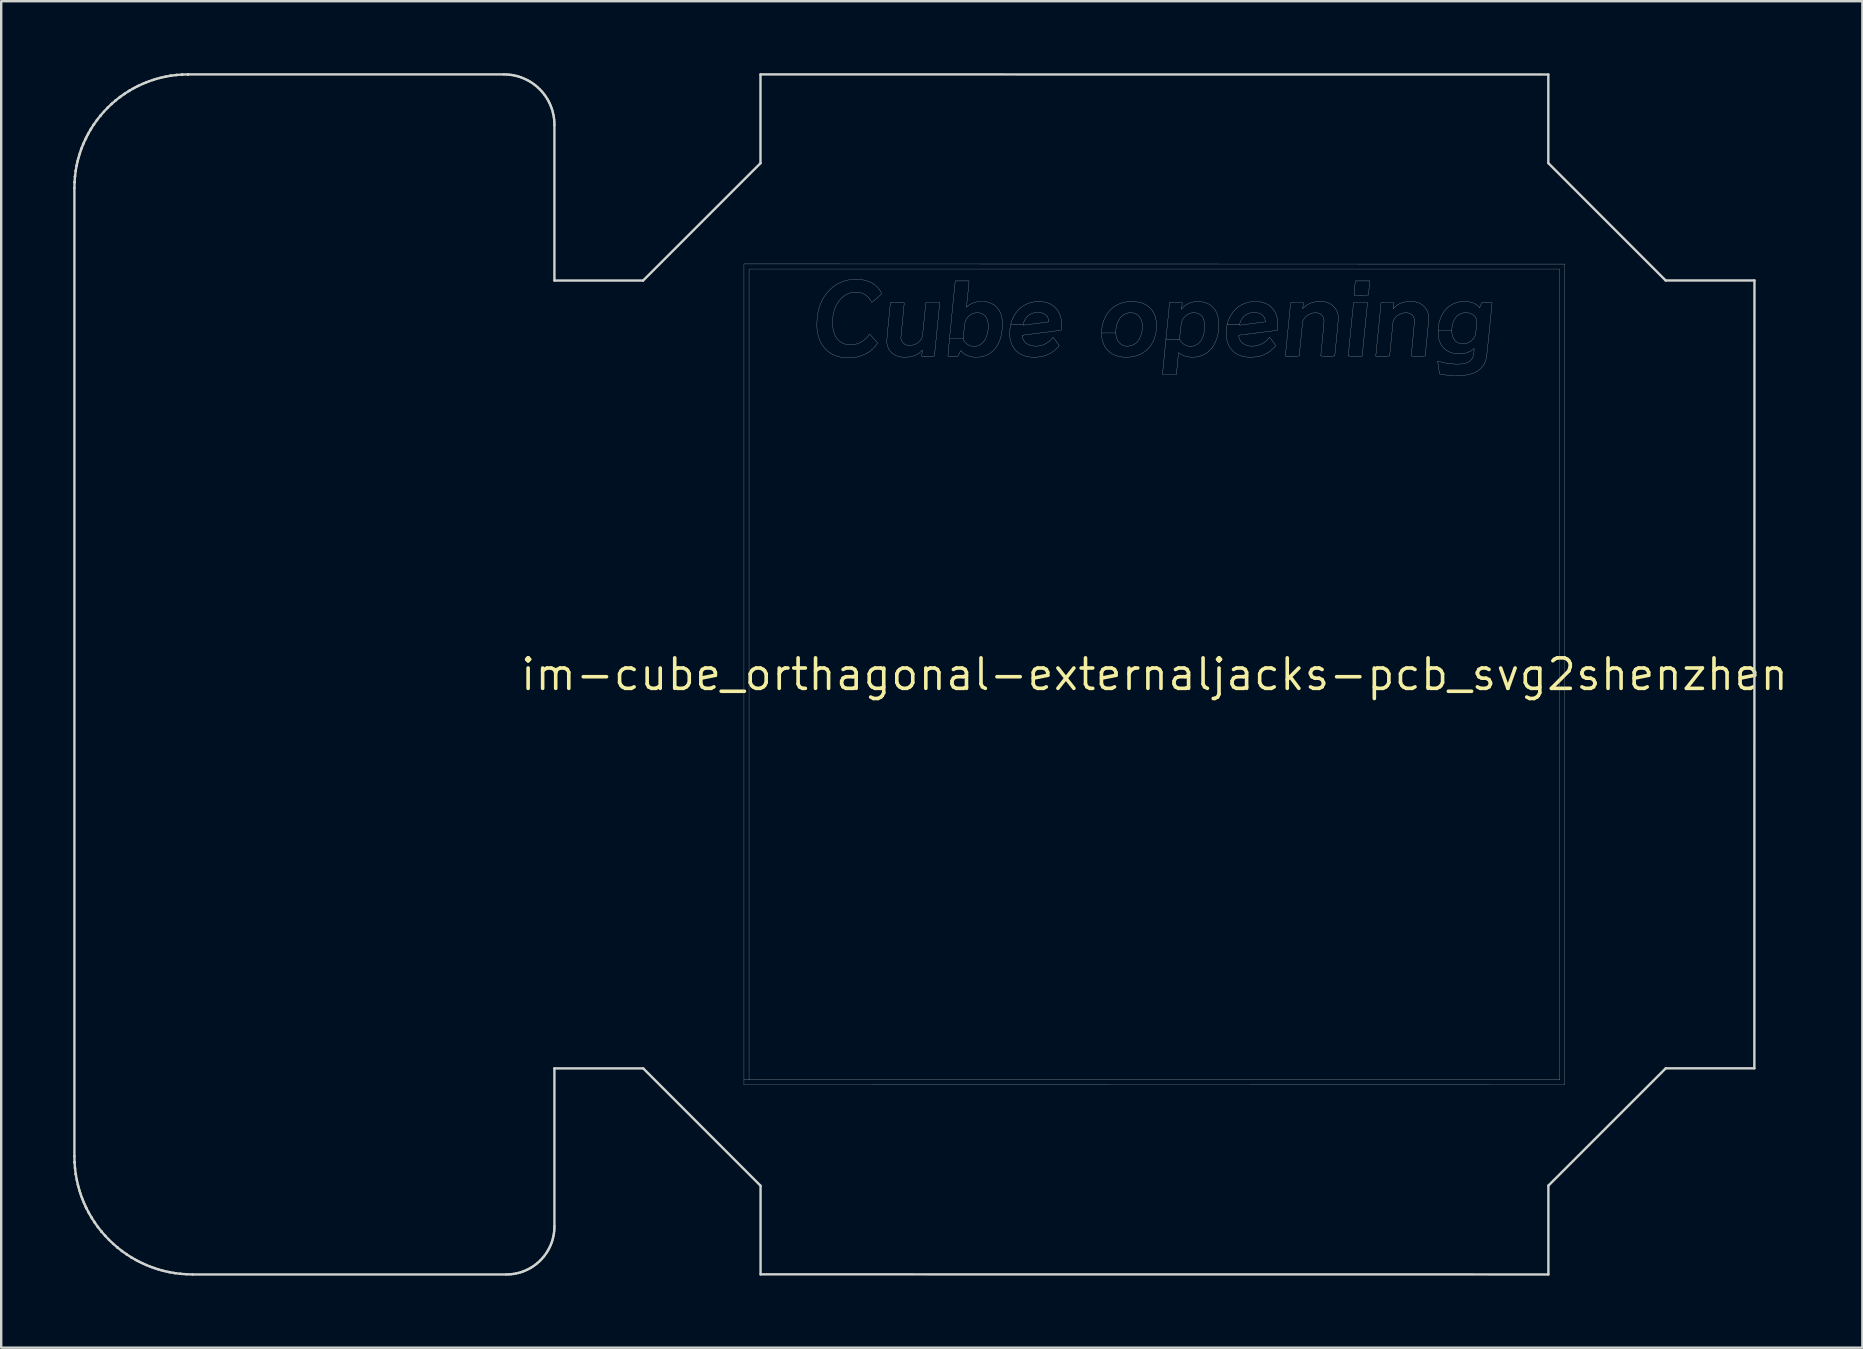
<source format=kicad_pcb>
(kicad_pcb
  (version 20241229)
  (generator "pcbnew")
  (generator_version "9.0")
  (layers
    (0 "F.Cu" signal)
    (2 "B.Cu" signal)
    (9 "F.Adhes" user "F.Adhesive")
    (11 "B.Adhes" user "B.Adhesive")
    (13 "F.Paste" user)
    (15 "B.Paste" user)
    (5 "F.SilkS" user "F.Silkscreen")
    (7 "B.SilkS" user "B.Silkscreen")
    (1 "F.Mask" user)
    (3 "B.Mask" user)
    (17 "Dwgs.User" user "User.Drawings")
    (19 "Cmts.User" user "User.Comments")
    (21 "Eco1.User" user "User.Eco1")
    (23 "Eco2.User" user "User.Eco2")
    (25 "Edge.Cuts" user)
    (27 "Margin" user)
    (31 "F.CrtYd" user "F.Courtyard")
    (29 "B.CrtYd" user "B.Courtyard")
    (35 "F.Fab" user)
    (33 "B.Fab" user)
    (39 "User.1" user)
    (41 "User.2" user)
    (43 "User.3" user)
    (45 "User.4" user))
  (footprint "im-cube_orthagonal-externaljacks-pcb_svg2shenzhen"
    (layer "F.Cu")
    (at 45.05 25.05)
    (property "Reference" "im-cube_orthagonal-externaljacks-pcb_svg2shenzhen" (at 0 0 0) (layer "F.SilkS") (effects (font (size 1.27 1.27) (thickness 0.15))))
    (attr through_hole)
    (fp_poly (pts (xy 17.097 -17.097) (xy 17.097 17.097) (xy -17.103 17.103) (xy -17.103 -16.891) (xy -16.891 -16.891) (xy -16.891 16.891) (xy 16.891 16.891) (xy 16.891 -16.891) (xy -16.891 -16.891) (xy -17.103 -16.891) (xy -17.103 -17.103) (xy 17.097 -17.097)) (stroke (width 0.01) (type solid)) (fill no) (layer "Dwgs.User"))
    (fp_poly (pts (xy 8.969 -16.338) (xy 8.966 -16.311) (xy 8.961 -16.267) (xy 8.956 -16.21) (xy 8.949 -16.144) (xy 8.942 -16.072) (xy 8.939 -16.044) (xy 8.916 -15.806) (xy 8.617 -15.803) (xy 8.319 -15.801) (xy 8.319 -15.834) (xy 8.32 -15.853) (xy 8.322 -15.891) (xy 8.327 -15.941) (xy 8.332 -16.001) (xy 8.338 -16.066) (xy 8.344 -16.134) (xy 8.351 -16.199) (xy 8.357 -16.258) (xy 8.362 -16.307) (xy 8.366 -16.343) (xy 8.367 -16.349) (xy 8.373 -16.394) (xy 8.975 -16.394) (xy 8.969 -16.338)) (stroke (width 0.01) (type solid)) (fill no) (layer "Dwgs.User"))
    (fp_poly (pts (xy 8.873 -15.449) (xy 8.872 -15.434) (xy 8.868 -15.4) (xy 8.863 -15.348) (xy 8.856 -15.281) (xy 8.848 -15.2) (xy 8.839 -15.106) (xy 8.829 -15.002) (xy 8.817 -14.889) (xy 8.805 -14.769) (xy 8.793 -14.644) (xy 8.78 -14.515) (xy 8.767 -14.384) (xy 8.754 -14.252) (xy 8.741 -14.122) (xy 8.729 -13.995) (xy 8.717 -13.873) (xy 8.705 -13.757) (xy 8.695 -13.649) (xy 8.685 -13.551) (xy 8.676 -13.465) (xy 8.669 -13.392) (xy 8.664 -13.334) (xy 8.66 -13.293) (xy 8.658 -13.27) (xy 8.657 -13.266) (xy 8.647 -13.264) (xy 8.618 -13.263) (xy 8.574 -13.262) (xy 8.517 -13.262) (xy 8.449 -13.261) (xy 8.373 -13.261) (xy 8.366 -13.261) (xy 8.29 -13.261) (xy 8.221 -13.262) (xy 8.163 -13.263) (xy 8.117 -13.265) (xy 8.087 -13.267) (xy 8.075 -13.269) (xy 8.075 -13.269) (xy 8.076 -13.282) (xy 8.079 -13.314) (xy 8.084 -13.363) (xy 8.09 -13.429) (xy 8.098 -13.509) (xy 8.107 -13.602) (xy 8.117 -13.705) (xy 8.128 -13.817) (xy 8.14 -13.937) (xy 8.152 -14.063) (xy 8.165 -14.192) (xy 8.178 -14.324) (xy 8.191 -14.456) (xy 8.204 -14.588) (xy 8.217 -14.716) (xy 8.229 -14.84) (xy 8.241 -14.958) (xy 8.252 -15.068) (xy 8.262 -15.168) (xy 8.271 -15.256) (xy 8.278 -15.332) (xy 8.284 -15.393) (xy 8.289 -15.437) (xy 8.292 -15.464) (xy 8.293 -15.47) (xy 8.298 -15.494) (xy 8.879 -15.494) (xy 8.873 -15.449)) (stroke (width 0.01) (type solid)) (fill no) (layer "Dwgs.User"))
    (fp_poly (pts (xy -0.879 -15.533) (xy -0.75 -15.524) (xy -0.636 -15.507) (xy -0.533 -15.479) (xy -0.436 -15.441) (xy -0.427 -15.437) (xy -0.305 -15.368) (xy -0.2 -15.287) (xy -0.111 -15.192) (xy -0.039 -15.083) (xy 0.017 -14.961) (xy 0.056 -14.826) (xy 0.079 -14.678) (xy 0.086 -14.531) (xy 0.077 -14.352) (xy 0.05 -14.182) (xy 0.007 -14.023) (xy -0.054 -13.876) (xy -0.13 -13.741) (xy -0.224 -13.618) (xy -0.287 -13.551) (xy -0.374 -13.474) (xy -0.459 -13.411) (xy -0.55 -13.357) (xy -0.597 -13.334) (xy -0.741 -13.278) (xy -0.896 -13.24) (xy -1.06 -13.219) (xy -1.233 -13.215) (xy -1.244 -13.216) (xy -1.398 -13.231) (xy -1.542 -13.263) (xy -1.674 -13.312) (xy -1.793 -13.376) (xy -1.898 -13.456) (xy -1.989 -13.55) (xy -2.065 -13.658) (xy -2.126 -13.779) (xy -2.17 -13.914) (xy -2.19 -14.012) (xy -2.197 -14.071) (xy -2.2 -14.145) (xy -2.201 -14.227) (xy -1.608 -14.227) (xy -1.603 -14.144) (xy -1.594 -14.087) (xy -1.563 -13.985) (xy -1.518 -13.894) (xy -1.459 -13.817) (xy -1.388 -13.755) (xy -1.307 -13.71) (xy -1.228 -13.685) (xy -1.171 -13.678) (xy -1.103 -13.679) (xy -1.032 -13.687) (xy -0.966 -13.701) (xy -0.952 -13.705) (xy -0.858 -13.745) (xy -0.773 -13.803) (xy -0.699 -13.878) (xy -0.635 -13.969) (xy -0.582 -14.075) (xy -0.541 -14.195) (xy -0.514 -14.327) (xy -0.507 -14.381) (xy -0.501 -14.507) (xy -0.51 -14.623) (xy -0.534 -14.728) (xy -0.572 -14.821) (xy -0.624 -14.901) (xy -0.687 -14.967) (xy -0.762 -15.018) (xy -0.848 -15.052) (xy -0.944 -15.069) (xy -0.981 -15.07) (xy -1.089 -15.061) (xy -1.19 -15.032) (xy -1.283 -14.984) (xy -1.367 -14.919) (xy -1.44 -14.837) (xy -1.503 -14.738) (xy -1.554 -14.624) (xy -1.573 -14.566) (xy -1.589 -14.494) (xy -1.601 -14.409) (xy -1.607 -14.317) (xy -1.608 -14.227) (xy -2.201 -14.227) (xy -2.201 -14.227) (xy -2.198 -14.311) (xy -2.193 -14.39) (xy -2.186 -14.459) (xy -2.185 -14.462) (xy -2.151 -14.627) (xy -2.1 -14.781) (xy -2.034 -14.923) (xy -1.952 -15.053) (xy -1.857 -15.17) (xy -1.748 -15.272) (xy -1.626 -15.358) (xy -1.494 -15.428) (xy -1.35 -15.48) (xy -1.322 -15.488) (xy -1.229 -15.51) (xy -1.144 -15.525) (xy -1.059 -15.533) (xy -0.967 -15.535) (xy -0.879 -15.533)) (stroke (width 0.01) (type solid)) (fill no) (layer "Dwgs.User"))
    (fp_poly (pts (xy -8.948 -15.454) (xy -8.95 -15.44) (xy -8.953 -15.407) (xy -8.959 -15.356) (xy -8.965 -15.289) (xy -8.973 -15.209) (xy -8.983 -15.116) (xy -8.993 -15.012) (xy -9.004 -14.899) (xy -9.016 -14.779) (xy -9.029 -14.654) (xy -9.041 -14.525) (xy -9.054 -14.393) (xy -9.068 -14.262) (xy -9.08 -14.131) (xy -9.093 -14.003) (xy -9.105 -13.881) (xy -9.117 -13.764) (xy -9.127 -13.656) (xy -9.137 -13.557) (xy -9.146 -13.47) (xy -9.153 -13.396) (xy -9.158 -13.337) (xy -9.163 -13.295) (xy -9.165 -13.271) (xy -9.165 -13.266) (xy -9.175 -13.264) (xy -9.204 -13.263) (xy -9.248 -13.262) (xy -9.304 -13.261) (xy -9.371 -13.261) (xy -9.431 -13.261) (xy -9.697 -13.261) (xy -9.69 -13.338) (xy -9.685 -13.385) (xy -9.68 -13.432) (xy -9.677 -13.466) (xy -9.67 -13.517) (xy -9.726 -13.458) (xy -9.804 -13.387) (xy -9.892 -13.33) (xy -9.991 -13.286) (xy -10.132 -13.244) (xy -10.282 -13.221) (xy -10.441 -13.217) (xy -10.499 -13.22) (xy -10.626 -13.238) (xy -10.742 -13.273) (xy -10.845 -13.324) (xy -10.936 -13.389) (xy -11.012 -13.467) (xy -11.072 -13.559) (xy -11.116 -13.662) (xy -11.143 -13.775) (xy -11.15 -13.842) (xy -11.15 -13.867) (xy -11.15 -13.902) (xy -11.147 -13.95) (xy -11.143 -14.01) (xy -11.137 -14.084) (xy -11.129 -14.174) (xy -11.12 -14.28) (xy -11.108 -14.403) (xy -11.094 -14.545) (xy -11.078 -14.707) (xy -11.078 -14.711) (xy -11.001 -15.489) (xy -10.713 -15.492) (xy -10.623 -15.492) (xy -10.554 -15.492) (xy -10.501 -15.492) (xy -10.464 -15.49) (xy -10.44 -15.488) (xy -10.427 -15.484) (xy -10.424 -15.481) (xy -10.425 -15.468) (xy -10.428 -15.437) (xy -10.433 -15.387) (xy -10.439 -15.322) (xy -10.446 -15.242) (xy -10.455 -15.151) (xy -10.465 -15.048) (xy -10.476 -14.937) (xy -10.488 -14.819) (xy -10.495 -14.743) (xy -10.566 -14.018) (xy -10.543 -13.943) (xy -10.509 -13.864) (xy -10.461 -13.801) (xy -10.399 -13.754) (xy -10.324 -13.723) (xy -10.236 -13.708) (xy -10.23 -13.708) (xy -10.121 -13.712) (xy -10.018 -13.736) (xy -9.921 -13.778) (xy -9.834 -13.836) (xy -9.76 -13.911) (xy -9.722 -13.961) (xy -9.701 -13.998) (xy -9.683 -14.034) (xy -9.674 -14.055) (xy -9.671 -14.072) (xy -9.667 -14.108) (xy -9.66 -14.161) (xy -9.652 -14.23) (xy -9.643 -14.311) (xy -9.633 -14.405) (xy -9.623 -14.508) (xy -9.611 -14.618) (xy -9.6 -14.734) (xy -9.599 -14.743) (xy -9.587 -14.859) (xy -9.576 -14.971) (xy -9.566 -15.075) (xy -9.556 -15.171) (xy -9.548 -15.255) (xy -9.541 -15.327) (xy -9.535 -15.383) (xy -9.531 -15.423) (xy -9.529 -15.443) (xy -9.528 -15.444) (xy -9.522 -15.494) (xy -8.943 -15.494) (xy -8.948 -15.454)) (stroke (width 0.01) (type solid)) (fill no) (layer "Dwgs.User"))
    (fp_poly (pts (xy 1.894 -15.533) (xy 2.027 -15.514) (xy 2.154 -15.478) (xy 2.259 -15.433) (xy 2.328 -15.39) (xy 2.398 -15.332) (xy 2.464 -15.264) (xy 2.522 -15.191) (xy 2.566 -15.118) (xy 2.569 -15.113) (xy 2.624 -14.978) (xy 2.662 -14.832) (xy 2.683 -14.676) (xy 2.687 -14.51) (xy 2.677 -14.374) (xy 2.649 -14.193) (xy 2.607 -14.026) (xy 2.552 -13.873) (xy 2.483 -13.734) (xy 2.402 -13.611) (xy 2.308 -13.504) (xy 2.203 -13.412) (xy 2.086 -13.338) (xy 1.959 -13.281) (xy 1.822 -13.242) (xy 1.675 -13.221) (xy 1.583 -13.218) (xy 1.441 -13.226) (xy 1.311 -13.251) (xy 1.194 -13.292) (xy 1.087 -13.351) (xy 1.076 -13.359) (xy 1.006 -13.408) (xy 1.001 -13.374) (xy 0.998 -13.356) (xy 0.994 -13.32) (xy 0.989 -13.267) (xy 0.983 -13.201) (xy 0.975 -13.124) (xy 0.967 -13.039) (xy 0.958 -12.948) (xy 0.957 -12.938) (xy 0.949 -12.847) (xy 0.941 -12.762) (xy 0.933 -12.686) (xy 0.926 -12.62) (xy 0.921 -12.568) (xy 0.917 -12.531) (xy 0.915 -12.513) (xy 0.915 -12.512) (xy 0.91 -12.488) (xy 0.339 -12.488) (xy 0.339 -12.523) (xy 0.34 -12.537) (xy 0.343 -12.572) (xy 0.348 -12.624) (xy 0.355 -12.695) (xy 0.363 -12.781) (xy 0.373 -12.882) (xy 0.384 -12.997) (xy 0.397 -13.125) (xy 0.41 -13.263) (xy 0.425 -13.412) (xy 0.44 -13.569) (xy 0.456 -13.734) (xy 0.473 -13.905) (xy 0.48 -13.97) (xy 1.046 -13.97) (xy 1.075 -13.92) (xy 1.134 -13.839) (xy 1.205 -13.772) (xy 1.286 -13.721) (xy 1.374 -13.686) (xy 1.467 -13.67) (xy 1.535 -13.67) (xy 1.577 -13.675) (xy 1.619 -13.683) (xy 1.635 -13.686) (xy 1.717 -13.717) (xy 1.797 -13.766) (xy 1.871 -13.83) (xy 1.935 -13.906) (xy 1.961 -13.944) (xy 2.008 -14.039) (xy 2.046 -14.149) (xy 2.073 -14.27) (xy 2.089 -14.398) (xy 2.093 -14.527) (xy 2.092 -14.552) (xy 2.08 -14.672) (xy 2.056 -14.776) (xy 2.02 -14.863) (xy 1.97 -14.935) (xy 1.907 -14.99) (xy 1.873 -15.011) (xy 1.782 -15.05) (xy 1.687 -15.069) (xy 1.591 -15.069) (xy 1.497 -15.051) (xy 1.408 -15.016) (xy 1.326 -14.964) (xy 1.253 -14.897) (xy 1.193 -14.816) (xy 1.193 -14.815) (xy 1.174 -14.781) (xy 1.157 -14.746) (xy 1.143 -14.709) (xy 1.131 -14.666) (xy 1.12 -14.616) (xy 1.11 -14.555) (xy 1.1 -14.48) (xy 1.09 -14.39) (xy 1.079 -14.29) (xy 1.046 -13.97) (xy 0.48 -13.97) (xy 0.485 -14.023) (xy 0.631 -15.489) (xy 1.157 -15.494) (xy 1.15 -15.402) (xy 1.145 -15.352) (xy 1.141 -15.305) (xy 1.137 -15.268) (xy 1.136 -15.261) (xy 1.13 -15.214) (xy 1.161 -15.256) (xy 1.227 -15.33) (xy 1.311 -15.395) (xy 1.408 -15.45) (xy 1.502 -15.488) (xy 1.627 -15.521) (xy 1.759 -15.535) (xy 1.894 -15.533)) (stroke (width 0.01) (type solid)) (fill no) (layer "Dwgs.User"))
    (fp_poly (pts (xy -12.191 -16.448) (xy -12.041 -16.417) (xy -11.9 -16.371) (xy -11.771 -16.311) (xy -11.655 -16.237) (xy -11.554 -16.15) (xy -11.5 -16.091) (xy -11.469 -16.051) (xy -11.439 -16.006) (xy -11.41 -15.959) (xy -11.387 -15.917) (xy -11.372 -15.882) (xy -11.367 -15.861) (xy -11.374 -15.851) (xy -11.396 -15.83) (xy -11.428 -15.8) (xy -11.469 -15.763) (xy -11.515 -15.722) (xy -11.564 -15.678) (xy -11.614 -15.635) (xy -11.662 -15.595) (xy -11.704 -15.559) (xy -11.74 -15.531) (xy -11.765 -15.512) (xy -11.777 -15.505) (xy -11.777 -15.505) (xy -11.785 -15.513) (xy -11.8 -15.536) (xy -11.818 -15.569) (xy -11.821 -15.574) (xy -11.879 -15.664) (xy -11.955 -15.745) (xy -12.046 -15.815) (xy -12.151 -15.871) (xy -12.192 -15.888) (xy -12.227 -15.901) (xy -12.256 -15.91) (xy -12.283 -15.916) (xy -12.314 -15.92) (xy -12.354 -15.922) (xy -12.406 -15.922) (xy -12.446 -15.922) (xy -12.51 -15.922) (xy -12.558 -15.92) (xy -12.594 -15.918) (xy -12.625 -15.913) (xy -12.655 -15.905) (xy -12.688 -15.894) (xy -12.7 -15.89) (xy -12.827 -15.834) (xy -12.944 -15.76) (xy -13.05 -15.668) (xy -13.145 -15.56) (xy -13.227 -15.435) (xy -13.256 -15.381) (xy -13.317 -15.241) (xy -13.364 -15.089) (xy -13.396 -14.928) (xy -13.413 -14.763) (xy -13.414 -14.598) (xy -13.41 -14.543) (xy -13.391 -14.391) (xy -13.358 -14.254) (xy -13.312 -14.134) (xy -13.252 -14.029) (xy -13.179 -13.939) (xy -13.092 -13.864) (xy -12.99 -13.803) (xy -12.882 -13.76) (xy -12.766 -13.736) (xy -12.646 -13.73) (xy -12.523 -13.741) (xy -12.4 -13.771) (xy -12.279 -13.818) (xy -12.164 -13.882) (xy -12.151 -13.89) (xy -12.1 -13.929) (xy -12.045 -13.977) (xy -11.991 -14.03) (xy -11.943 -14.083) (xy -11.907 -14.13) (xy -11.902 -14.138) (xy -11.884 -14.165) (xy -11.873 -14.176) (xy -11.864 -14.174) (xy -11.853 -14.165) (xy -11.841 -14.151) (xy -11.817 -14.124) (xy -11.783 -14.087) (xy -11.743 -14.042) (xy -11.698 -13.991) (xy -11.685 -13.977) (xy -11.535 -13.808) (xy -11.553 -13.781) (xy -11.609 -13.703) (xy -11.679 -13.623) (xy -11.757 -13.546) (xy -11.839 -13.477) (xy -11.895 -13.436) (xy -12.041 -13.351) (xy -12.2 -13.283) (xy -12.37 -13.23) (xy -12.427 -13.217) (xy -12.493 -13.206) (xy -12.574 -13.198) (xy -12.665 -13.193) (xy -12.758 -13.19) (xy -12.849 -13.191) (xy -12.931 -13.195) (xy -12.999 -13.202) (xy -13.002 -13.203) (xy -13.167 -13.239) (xy -13.321 -13.293) (xy -13.461 -13.362) (xy -13.588 -13.448) (xy -13.701 -13.549) (xy -13.8 -13.665) (xy -13.884 -13.796) (xy -13.953 -13.94) (xy -14.006 -14.098) (xy -14.043 -14.269) (xy -14.056 -14.362) (xy -14.061 -14.437) (xy -14.064 -14.527) (xy -14.063 -14.626) (xy -14.06 -14.729) (xy -14.054 -14.83) (xy -14.045 -14.923) (xy -14.035 -15.001) (xy -14.034 -15.002) (xy -13.991 -15.204) (xy -13.933 -15.392) (xy -13.858 -15.567) (xy -13.767 -15.729) (xy -13.66 -15.88) (xy -13.536 -16.019) (xy -13.534 -16.02) (xy -13.401 -16.14) (xy -13.257 -16.241) (xy -13.103 -16.323) (xy -12.939 -16.387) (xy -12.766 -16.433) (xy -12.584 -16.459) (xy -12.514 -16.464) (xy -12.349 -16.464) (xy -12.191 -16.448)) (stroke (width 0.01) (type solid)) (fill no) (layer "Dwgs.User"))
    (fp_poly (pts (xy 7.001 -15.531) (xy 7.074 -15.525) (xy 7.134 -15.517) (xy 7.154 -15.512) (xy 7.26 -15.475) (xy 7.351 -15.425) (xy 7.436 -15.36) (xy 7.467 -15.33) (xy 7.544 -15.24) (xy 7.602 -15.141) (xy 7.64 -15.034) (xy 7.66 -14.918) (xy 7.662 -14.851) (xy 7.661 -14.826) (xy 7.658 -14.781) (xy 7.653 -14.719) (xy 7.647 -14.642) (xy 7.639 -14.552) (xy 7.63 -14.451) (xy 7.619 -14.34) (xy 7.608 -14.222) (xy 7.596 -14.099) (xy 7.588 -14.023) (xy 7.576 -13.9) (xy 7.564 -13.783) (xy 7.553 -13.674) (xy 7.544 -13.574) (xy 7.535 -13.486) (xy 7.527 -13.41) (xy 7.521 -13.35) (xy 7.517 -13.305) (xy 7.515 -13.279) (xy 7.514 -13.272) (xy 7.505 -13.269) (xy 7.479 -13.266) (xy 7.434 -13.263) (xy 7.369 -13.262) (xy 7.285 -13.261) (xy 7.223 -13.261) (xy 7.135 -13.261) (xy 7.067 -13.262) (xy 7.015 -13.263) (xy 6.978 -13.264) (xy 6.953 -13.266) (xy 6.939 -13.27) (xy 6.933 -13.274) (xy 6.932 -13.276) (xy 6.933 -13.289) (xy 6.936 -13.321) (xy 6.941 -13.371) (xy 6.947 -13.436) (xy 6.954 -13.516) (xy 6.963 -13.607) (xy 6.973 -13.71) (xy 6.984 -13.821) (xy 6.995 -13.938) (xy 7.002 -14.004) (xy 7.017 -14.162) (xy 7.03 -14.304) (xy 7.042 -14.428) (xy 7.051 -14.535) (xy 7.058 -14.623) (xy 7.063 -14.691) (xy 7.065 -14.74) (xy 7.065 -14.769) (xy 7.065 -14.773) (xy 7.046 -14.856) (xy 7.01 -14.928) (xy 6.959 -14.986) (xy 6.894 -15.029) (xy 6.815 -15.057) (xy 6.736 -15.068) (xy 6.633 -15.064) (xy 6.533 -15.041) (xy 6.438 -15.001) (xy 6.353 -14.947) (xy 6.279 -14.878) (xy 6.221 -14.798) (xy 6.212 -14.783) (xy 6.177 -14.717) (xy 6.105 -13.997) (xy 6.093 -13.875) (xy 6.082 -13.76) (xy 6.071 -13.653) (xy 6.061 -13.556) (xy 6.053 -13.469) (xy 6.045 -13.396) (xy 6.04 -13.338) (xy 6.036 -13.297) (xy 6.033 -13.273) (xy 6.033 -13.269) (xy 6.023 -13.267) (xy 5.994 -13.265) (xy 5.95 -13.263) (xy 5.892 -13.262) (xy 5.824 -13.261) (xy 5.749 -13.261) (xy 5.742 -13.261) (xy 5.452 -13.261) (xy 5.457 -13.295) (xy 5.458 -13.31) (xy 5.462 -13.344) (xy 5.467 -13.395) (xy 5.474 -13.462) (xy 5.482 -13.543) (xy 5.491 -13.637) (xy 5.502 -13.741) (xy 5.513 -13.854) (xy 5.525 -13.974) (xy 5.537 -14.1) (xy 5.55 -14.229) (xy 5.563 -14.36) (xy 5.576 -14.492) (xy 5.589 -14.623) (xy 5.601 -14.75) (xy 5.614 -14.873) (xy 5.625 -14.989) (xy 5.636 -15.098) (xy 5.645 -15.196) (xy 5.654 -15.282) (xy 5.661 -15.356) (xy 5.666 -15.414) (xy 5.67 -15.456) (xy 5.672 -15.479) (xy 5.673 -15.484) (xy 5.683 -15.487) (xy 5.713 -15.49) (xy 5.762 -15.492) (xy 5.827 -15.493) (xy 5.908 -15.494) (xy 5.939 -15.494) (xy 6.205 -15.494) (xy 6.198 -15.412) (xy 6.193 -15.365) (xy 6.189 -15.319) (xy 6.185 -15.285) (xy 6.184 -15.284) (xy 6.178 -15.238) (xy 6.254 -15.313) (xy 6.341 -15.385) (xy 6.444 -15.444) (xy 6.56 -15.49) (xy 6.62 -15.506) (xy 6.68 -15.518) (xy 6.754 -15.526) (xy 6.835 -15.531) (xy 6.919 -15.532) (xy 7.001 -15.531)) (stroke (width 0.01) (type solid)) (fill no) (layer "Dwgs.User"))
    (fp_poly (pts (xy 10.768 -15.531) (xy 10.841 -15.525) (xy 10.901 -15.517) (xy 10.922 -15.512) (xy 11.027 -15.475) (xy 11.119 -15.425) (xy 11.204 -15.36) (xy 11.235 -15.33) (xy 11.312 -15.24) (xy 11.369 -15.141) (xy 11.408 -15.034) (xy 11.427 -14.918) (xy 11.43 -14.851) (xy 11.429 -14.826) (xy 11.426 -14.781) (xy 11.421 -14.719) (xy 11.415 -14.642) (xy 11.407 -14.552) (xy 11.397 -14.451) (xy 11.387 -14.34) (xy 11.376 -14.222) (xy 11.364 -14.099) (xy 11.356 -14.023) (xy 11.344 -13.9) (xy 11.332 -13.783) (xy 11.321 -13.674) (xy 11.311 -13.574) (xy 11.302 -13.486) (xy 11.295 -13.41) (xy 11.289 -13.35) (xy 11.285 -13.305) (xy 11.282 -13.279) (xy 11.282 -13.272) (xy 11.273 -13.269) (xy 11.247 -13.266) (xy 11.202 -13.263) (xy 11.137 -13.262) (xy 11.053 -13.261) (xy 10.991 -13.261) (xy 10.903 -13.261) (xy 10.835 -13.262) (xy 10.783 -13.263) (xy 10.746 -13.264) (xy 10.721 -13.266) (xy 10.707 -13.27) (xy 10.7 -13.274) (xy 10.7 -13.276) (xy 10.701 -13.289) (xy 10.704 -13.321) (xy 10.708 -13.371) (xy 10.715 -13.436) (xy 10.722 -13.516) (xy 10.731 -13.607) (xy 10.741 -13.71) (xy 10.752 -13.821) (xy 10.763 -13.938) (xy 10.769 -14.004) (xy 10.785 -14.162) (xy 10.798 -14.304) (xy 10.809 -14.428) (xy 10.818 -14.535) (xy 10.825 -14.623) (xy 10.83 -14.691) (xy 10.833 -14.74) (xy 10.833 -14.769) (xy 10.833 -14.773) (xy 10.814 -14.856) (xy 10.778 -14.928) (xy 10.727 -14.986) (xy 10.661 -15.029) (xy 10.583 -15.057) (xy 10.504 -15.068) (xy 10.401 -15.064) (xy 10.3 -15.041) (xy 10.206 -15.001) (xy 10.12 -14.947) (xy 10.047 -14.878) (xy 9.988 -14.798) (xy 9.98 -14.783) (xy 9.944 -14.717) (xy 9.873 -13.997) (xy 9.861 -13.875) (xy 9.849 -13.76) (xy 9.839 -13.653) (xy 9.829 -13.556) (xy 9.82 -13.469) (xy 9.813 -13.396) (xy 9.807 -13.338) (xy 9.803 -13.297) (xy 9.801 -13.273) (xy 9.801 -13.269) (xy 9.79 -13.267) (xy 9.762 -13.265) (xy 9.717 -13.263) (xy 9.66 -13.262) (xy 9.592 -13.261) (xy 9.516 -13.261) (xy 9.51 -13.261) (xy 9.219 -13.261) (xy 9.224 -13.295) (xy 9.226 -13.31) (xy 9.229 -13.344) (xy 9.235 -13.395) (xy 9.241 -13.462) (xy 9.25 -13.543) (xy 9.259 -13.637) (xy 9.269 -13.741) (xy 9.281 -13.854) (xy 9.292 -13.974) (xy 9.305 -14.1) (xy 9.318 -14.229) (xy 9.331 -14.36) (xy 9.344 -14.492) (xy 9.357 -14.623) (xy 9.369 -14.75) (xy 9.381 -14.873) (xy 9.393 -14.989) (xy 9.403 -15.098) (xy 9.413 -15.196) (xy 9.421 -15.282) (xy 9.428 -15.356) (xy 9.434 -15.414) (xy 9.438 -15.456) (xy 9.44 -15.479) (xy 9.44 -15.484) (xy 9.451 -15.487) (xy 9.481 -15.49) (xy 9.529 -15.492) (xy 9.595 -15.493) (xy 9.675 -15.494) (xy 9.706 -15.494) (xy 9.972 -15.494) (xy 9.965 -15.412) (xy 9.961 -15.365) (xy 9.956 -15.319) (xy 9.952 -15.285) (xy 9.952 -15.284) (xy 9.946 -15.238) (xy 10.022 -15.313) (xy 10.109 -15.385) (xy 10.211 -15.444) (xy 10.328 -15.49) (xy 10.388 -15.506) (xy 10.448 -15.518) (xy 10.522 -15.526) (xy 10.603 -15.531) (xy 10.687 -15.532) (xy 10.768 -15.531)) (stroke (width 0.01) (type solid)) (fill no) (layer "Dwgs.User"))
    (fp_poly (pts (xy -4.764 -15.533) (xy -4.663 -15.527) (xy -4.577 -15.516) (xy -4.5 -15.498) (xy -4.426 -15.473) (xy -4.348 -15.438) (xy -4.344 -15.436) (xy -4.232 -15.37) (xy -4.134 -15.289) (xy -4.052 -15.193) (xy -3.984 -15.082) (xy -3.93 -14.956) (xy -3.907 -14.881) (xy -3.898 -14.845) (xy -3.891 -14.812) (xy -3.886 -14.78) (xy -3.882 -14.743) (xy -3.881 -14.698) (xy -3.88 -14.64) (xy -3.879 -14.565) (xy -3.88 -14.484) (xy -3.881 -14.422) (xy -3.883 -14.379) (xy -3.887 -14.353) (xy -3.891 -14.343) (xy -3.903 -14.34) (xy -3.935 -14.335) (xy -3.984 -14.328) (xy -4.05 -14.319) (xy -4.129 -14.309) (xy -4.222 -14.296) (xy -4.326 -14.283) (xy -4.439 -14.269) (xy -4.56 -14.253) (xy -4.687 -14.237) (xy -4.701 -14.236) (xy -4.828 -14.22) (xy -4.95 -14.204) (xy -5.064 -14.19) (xy -5.168 -14.176) (xy -5.262 -14.164) (xy -5.342 -14.153) (xy -5.409 -14.144) (xy -5.459 -14.137) (xy -5.492 -14.132) (xy -5.506 -14.129) (xy -5.507 -14.129) (xy -5.509 -14.114) (xy -5.506 -14.086) (xy -5.498 -14.048) (xy -5.487 -14.007) (xy -5.474 -13.968) (xy -5.46 -13.937) (xy -5.412 -13.865) (xy -5.346 -13.802) (xy -5.264 -13.749) (xy -5.17 -13.709) (xy -5.167 -13.708) (xy -5.094 -13.691) (xy -5.009 -13.681) (xy -4.917 -13.679) (xy -4.826 -13.685) (xy -4.743 -13.699) (xy -4.725 -13.704) (xy -4.621 -13.739) (xy -4.52 -13.787) (xy -4.425 -13.846) (xy -4.342 -13.912) (xy -4.275 -13.983) (xy -4.269 -13.99) (xy -4.247 -14.017) (xy -4.229 -14.037) (xy -4.221 -14.044) (xy -4.212 -14.036) (xy -4.194 -14.013) (xy -4.169 -13.98) (xy -4.138 -13.939) (xy -4.104 -13.893) (xy -4.07 -13.846) (xy -4.037 -13.8) (xy -4.008 -13.759) (xy -3.986 -13.726) (xy -3.972 -13.704) (xy -3.969 -13.697) (xy -3.976 -13.686) (xy -3.995 -13.664) (xy -4.024 -13.633) (xy -4.06 -13.596) (xy -4.067 -13.589) (xy -4.187 -13.482) (xy -4.314 -13.393) (xy -4.45 -13.323) (xy -4.595 -13.27) (xy -4.751 -13.235) (xy -4.917 -13.218) (xy -5.095 -13.218) (xy -5.138 -13.22) (xy -5.287 -13.239) (xy -5.425 -13.276) (xy -5.551 -13.33) (xy -5.666 -13.402) (xy -5.77 -13.492) (xy -5.789 -13.511) (xy -5.829 -13.558) (xy -5.862 -13.602) (xy -5.892 -13.653) (xy -5.921 -13.71) (xy -5.968 -13.817) (xy -6 -13.923) (xy -6.021 -14.032) (xy -6.03 -14.15) (xy -6.029 -14.277) (xy -6.013 -14.451) (xy -5.988 -14.578) (xy -5.47 -14.578) (xy -5.469 -14.558) (xy -5.46 -14.552) (xy -5.448 -14.553) (xy -5.416 -14.557) (xy -5.368 -14.563) (xy -5.305 -14.571) (xy -5.23 -14.581) (xy -5.145 -14.592) (xy -5.051 -14.604) (xy -4.965 -14.616) (xy -4.865 -14.629) (xy -4.77 -14.641) (xy -4.683 -14.653) (xy -4.605 -14.663) (xy -4.54 -14.672) (xy -4.489 -14.679) (xy -4.455 -14.683) (xy -4.441 -14.685) (xy -4.4 -14.692) (xy -4.405 -14.752) (xy -4.423 -14.83) (xy -4.459 -14.901) (xy -4.512 -14.963) (xy -4.58 -15.014) (xy -4.663 -15.052) (xy -4.706 -15.065) (xy -4.764 -15.075) (xy -4.834 -15.08) (xy -4.909 -15.079) (xy -4.98 -15.073) (xy -5.026 -15.065) (xy -5.128 -15.03) (xy -5.22 -14.978) (xy -5.301 -14.909) (xy -5.369 -14.824) (xy -5.423 -14.726) (xy -5.446 -14.668) (xy -5.463 -14.615) (xy -5.47 -14.578) (xy -5.988 -14.578) (xy -5.98 -14.616) (xy -5.931 -14.77) (xy -5.867 -14.914) (xy -5.788 -15.045) (xy -5.694 -15.163) (xy -5.587 -15.267) (xy -5.468 -15.355) (xy -5.337 -15.427) (xy -5.224 -15.472) (xy -5.111 -15.505) (xy -4.998 -15.525) (xy -4.877 -15.534) (xy -4.764 -15.533)) (stroke (width 0.01) (type solid)) (fill no) (layer "Dwgs.User"))
    (fp_poly (pts (xy 4.361 -15.529) (xy 4.417 -15.521) (xy 4.548 -15.489) (xy 4.663 -15.444) (xy 4.767 -15.386) (xy 4.86 -15.312) (xy 4.885 -15.288) (xy 4.966 -15.194) (xy 5.032 -15.085) (xy 5.085 -14.963) (xy 5.122 -14.831) (xy 5.133 -14.774) (xy 5.138 -14.733) (xy 5.141 -14.681) (xy 5.143 -14.623) (xy 5.143 -14.561) (xy 5.142 -14.5) (xy 5.14 -14.444) (xy 5.136 -14.397) (xy 5.132 -14.362) (xy 5.126 -14.344) (xy 5.125 -14.342) (xy 5.112 -14.339) (xy 5.08 -14.334) (xy 5.031 -14.327) (xy 4.965 -14.318) (xy 4.885 -14.307) (xy 4.793 -14.295) (xy 4.689 -14.282) (xy 4.575 -14.267) (xy 4.454 -14.252) (xy 4.327 -14.236) (xy 4.311 -14.234) (xy 3.511 -14.134) (xy 3.516 -14.081) (xy 3.526 -14.029) (xy 3.548 -13.97) (xy 3.578 -13.911) (xy 3.611 -13.86) (xy 3.621 -13.849) (xy 3.68 -13.795) (xy 3.757 -13.748) (xy 3.849 -13.709) (xy 3.849 -13.709) (xy 3.886 -13.697) (xy 3.918 -13.689) (xy 3.951 -13.684) (xy 3.991 -13.682) (xy 4.044 -13.681) (xy 4.075 -13.681) (xy 4.138 -13.682) (xy 4.186 -13.684) (xy 4.226 -13.688) (xy 4.264 -13.696) (xy 4.306 -13.708) (xy 4.311 -13.709) (xy 4.444 -13.759) (xy 4.563 -13.824) (xy 4.667 -13.904) (xy 4.724 -13.961) (xy 4.752 -13.992) (xy 4.772 -14.017) (xy 4.783 -14.033) (xy 4.784 -14.035) (xy 4.792 -14.043) (xy 4.797 -14.044) (xy 4.807 -14.035) (xy 4.826 -14.012) (xy 4.853 -13.979) (xy 4.884 -13.937) (xy 4.918 -13.891) (xy 4.952 -13.843) (xy 4.985 -13.797) (xy 5.013 -13.756) (xy 5.034 -13.723) (xy 5.046 -13.702) (xy 5.048 -13.696) (xy 5.041 -13.682) (xy 5.02 -13.657) (xy 4.99 -13.625) (xy 4.952 -13.588) (xy 4.911 -13.549) (xy 4.868 -13.51) (xy 4.828 -13.476) (xy 4.8 -13.454) (xy 4.686 -13.381) (xy 4.56 -13.319) (xy 4.424 -13.271) (xy 4.285 -13.239) (xy 4.149 -13.223) (xy 4.1 -13.221) (xy 4.056 -13.218) (xy 4.024 -13.216) (xy 4.011 -13.215) (xy 3.989 -13.214) (xy 3.953 -13.215) (xy 3.907 -13.218) (xy 3.879 -13.22) (xy 3.729 -13.24) (xy 3.591 -13.277) (xy 3.466 -13.331) (xy 3.354 -13.4) (xy 3.256 -13.484) (xy 3.172 -13.582) (xy 3.103 -13.693) (xy 3.049 -13.817) (xy 3.012 -13.953) (xy 2.991 -14.1) (xy 2.988 -14.258) (xy 2.994 -14.359) (xy 3.02 -14.535) (xy 3.025 -14.556) (xy 3.547 -14.556) (xy 3.552 -14.552) (xy 3.558 -14.552) (xy 3.571 -14.553) (xy 3.602 -14.557) (xy 3.651 -14.563) (xy 3.714 -14.572) (xy 3.79 -14.581) (xy 3.877 -14.593) (xy 3.972 -14.605) (xy 4.075 -14.619) (xy 4.095 -14.621) (xy 4.197 -14.635) (xy 4.294 -14.648) (xy 4.381 -14.66) (xy 4.458 -14.67) (xy 4.523 -14.679) (xy 4.573 -14.686) (xy 4.606 -14.691) (xy 4.621 -14.693) (xy 4.622 -14.693) (xy 4.622 -14.704) (xy 4.619 -14.73) (xy 4.614 -14.758) (xy 4.591 -14.843) (xy 4.55 -14.917) (xy 4.494 -14.977) (xy 4.422 -15.025) (xy 4.336 -15.058) (xy 4.236 -15.077) (xy 4.154 -15.081) (xy 4.037 -15.072) (xy 3.929 -15.044) (xy 3.831 -14.998) (xy 3.746 -14.936) (xy 3.673 -14.858) (xy 3.614 -14.766) (xy 3.571 -14.661) (xy 3.562 -14.629) (xy 3.552 -14.59) (xy 3.547 -14.567) (xy 3.547 -14.556) (xy 3.025 -14.556) (xy 3.061 -14.698) (xy 3.119 -14.848) (xy 3.194 -14.986) (xy 3.285 -15.114) (xy 3.393 -15.23) (xy 3.5 -15.32) (xy 3.616 -15.394) (xy 3.744 -15.453) (xy 3.886 -15.499) (xy 3.893 -15.501) (xy 3.975 -15.518) (xy 4.07 -15.529) (xy 4.17 -15.535) (xy 4.27 -15.535) (xy 4.361 -15.529)) (stroke (width 0.01) (type solid)) (fill no) (layer "Dwgs.User"))
    (fp_poly (pts (xy -7.726 -16.366) (xy -7.727 -16.35) (xy -7.73 -16.316) (xy -7.734 -16.266) (xy -7.74 -16.203) (xy -7.748 -16.129) (xy -7.756 -16.047) (xy -7.764 -15.959) (xy -7.773 -15.868) (xy -7.782 -15.777) (xy -7.791 -15.688) (xy -7.8 -15.604) (xy -7.808 -15.527) (xy -7.815 -15.46) (xy -7.82 -15.406) (xy -7.825 -15.366) (xy -7.827 -15.347) (xy -7.833 -15.3) (xy -7.777 -15.349) (xy -7.692 -15.412) (xy -7.588 -15.464) (xy -7.487 -15.501) (xy -7.452 -15.511) (xy -7.422 -15.519) (xy -7.391 -15.524) (xy -7.357 -15.527) (xy -7.314 -15.529) (xy -7.257 -15.53) (xy -7.197 -15.53) (xy -7.126 -15.53) (xy -7.072 -15.529) (xy -7.031 -15.527) (xy -6.997 -15.523) (xy -6.967 -15.518) (xy -6.936 -15.51) (xy -6.908 -15.501) (xy -6.787 -15.456) (xy -6.684 -15.399) (xy -6.595 -15.328) (xy -6.519 -15.242) (xy -6.454 -15.14) (xy -6.445 -15.121) (xy -6.395 -15.005) (xy -6.36 -14.879) (xy -6.339 -14.743) (xy -6.332 -14.594) (xy -6.338 -14.451) (xy -6.359 -14.26) (xy -6.394 -14.085) (xy -6.442 -13.926) (xy -6.504 -13.782) (xy -6.58 -13.654) (xy -6.669 -13.539) (xy -6.706 -13.501) (xy -6.814 -13.407) (xy -6.931 -13.332) (xy -7.057 -13.276) (xy -7.193 -13.238) (xy -7.338 -13.219) (xy -7.494 -13.218) (xy -7.533 -13.221) (xy -7.62 -13.233) (xy -7.712 -13.256) (xy -7.8 -13.288) (xy -7.876 -13.324) (xy -7.884 -13.33) (xy -7.924 -13.357) (xy -7.966 -13.393) (xy -8.005 -13.43) (xy -8.036 -13.466) (xy -8.052 -13.488) (xy -8.057 -13.494) (xy -8.065 -13.491) (xy -8.075 -13.477) (xy -8.091 -13.45) (xy -8.114 -13.406) (xy -8.124 -13.385) (xy -8.186 -13.261) (xy -8.604 -13.261) (xy -8.604 -13.285) (xy -8.603 -13.298) (xy -8.6 -13.331) (xy -8.596 -13.383) (xy -8.589 -13.451) (xy -8.581 -13.534) (xy -8.572 -13.632) (xy -8.561 -13.741) (xy -8.55 -13.862) (xy -8.537 -13.992) (xy -8.536 -14.003) (xy -7.966 -14.003) (xy -7.966 -13.98) (xy -7.964 -13.963) (xy -7.961 -13.95) (xy -7.957 -13.939) (xy -7.953 -13.932) (xy -7.929 -13.895) (xy -7.894 -13.852) (xy -7.853 -13.808) (xy -7.813 -13.769) (xy -7.777 -13.741) (xy -7.775 -13.74) (xy -7.69 -13.698) (xy -7.595 -13.675) (xy -7.496 -13.67) (xy -7.394 -13.683) (xy -7.382 -13.686) (xy -7.314 -13.711) (xy -7.244 -13.751) (xy -7.177 -13.802) (xy -7.148 -13.829) (xy -7.086 -13.905) (xy -7.032 -13.997) (xy -6.989 -14.103) (xy -6.955 -14.219) (xy -6.933 -14.342) (xy -6.924 -14.468) (xy -6.926 -14.568) (xy -6.938 -14.681) (xy -6.962 -14.778) (xy -6.998 -14.86) (xy -7.047 -14.929) (xy -7.064 -14.948) (xy -7.132 -15.003) (xy -7.211 -15.042) (xy -7.298 -15.065) (xy -7.391 -15.071) (xy -7.485 -15.06) (xy -7.579 -15.031) (xy -7.621 -15.012) (xy -7.671 -14.98) (xy -7.725 -14.936) (xy -7.775 -14.886) (xy -7.816 -14.835) (xy -7.821 -14.827) (xy -7.841 -14.794) (xy -7.858 -14.761) (xy -7.872 -14.726) (xy -7.885 -14.685) (xy -7.896 -14.636) (xy -7.906 -14.577) (xy -7.916 -14.504) (xy -7.926 -14.416) (xy -7.938 -14.31) (xy -7.939 -14.301) (xy -7.948 -14.209) (xy -7.956 -14.136) (xy -7.961 -14.078) (xy -7.964 -14.035) (xy -7.966 -14.003) (xy -8.536 -14.003) (xy -8.524 -14.13) (xy -8.51 -14.275) (xy -8.495 -14.425) (xy -8.48 -14.578) (xy -8.465 -14.734) (xy -8.449 -14.891) (xy -8.434 -15.047) (xy -8.419 -15.202) (xy -8.404 -15.352) (xy -8.39 -15.498) (xy -8.376 -15.638) (xy -8.363 -15.769) (xy -8.351 -15.892) (xy -8.339 -16.004) (xy -8.329 -16.103) (xy -8.321 -16.189) (xy -8.314 -16.26) (xy -8.308 -16.315) (xy -8.304 -16.351) (xy -8.302 -16.369) (xy -8.302 -16.37) (xy -8.297 -16.394) (xy -7.726 -16.394) (xy -7.726 -16.366)) (stroke (width 0.01) (type solid)) (fill no) (layer "Dwgs.User"))
    (fp_poly (pts (xy 12.949 -15.535) (xy 13.038 -15.53) (xy 13.12 -15.521) (xy 13.189 -15.509) (xy 13.199 -15.506) (xy 13.302 -15.471) (xy 13.391 -15.425) (xy 13.465 -15.369) (xy 13.515 -15.313) (xy 13.544 -15.272) (xy 13.592 -15.38) (xy 13.641 -15.489) (xy 13.853 -15.492) (xy 13.925 -15.492) (xy 13.979 -15.493) (xy 14.016 -15.492) (xy 14.041 -15.491) (xy 14.056 -15.488) (xy 14.063 -15.483) (xy 14.065 -15.477) (xy 14.065 -15.474) (xy 14.064 -15.456) (xy 14.061 -15.419) (xy 14.056 -15.364) (xy 14.05 -15.293) (xy 14.041 -15.209) (xy 14.032 -15.111) (xy 14.021 -15.004) (xy 14.01 -14.887) (xy 13.998 -14.763) (xy 13.985 -14.634) (xy 13.971 -14.501) (xy 13.958 -14.366) (xy 13.944 -14.23) (xy 13.93 -14.097) (xy 13.917 -13.966) (xy 13.904 -13.84) (xy 13.892 -13.721) (xy 13.88 -13.611) (xy 13.869 -13.51) (xy 13.86 -13.422) (xy 13.852 -13.347) (xy 13.845 -13.287) (xy 13.84 -13.245) (xy 13.837 -13.221) (xy 13.837 -13.219) (xy 13.805 -13.088) (xy 13.761 -12.973) (xy 13.702 -12.87) (xy 13.628 -12.777) (xy 13.623 -12.772) (xy 13.545 -12.698) (xy 13.46 -12.636) (xy 13.366 -12.584) (xy 13.26 -12.541) (xy 13.139 -12.506) (xy 13.001 -12.477) (xy 12.939 -12.468) (xy 12.86 -12.461) (xy 12.77 -12.455) (xy 12.673 -12.452) (xy 12.574 -12.449) (xy 12.478 -12.449) (xy 12.389 -12.451) (xy 12.313 -12.456) (xy 12.298 -12.457) (xy 12.225 -12.465) (xy 12.147 -12.475) (xy 12.069 -12.486) (xy 11.999 -12.497) (xy 11.941 -12.507) (xy 11.932 -12.509) (xy 11.878 -12.521) (xy 11.844 -12.756) (xy 11.834 -12.826) (xy 11.824 -12.891) (xy 11.816 -12.947) (xy 11.81 -12.99) (xy 11.805 -13.018) (xy 11.804 -13.024) (xy 11.799 -13.057) (xy 11.887 -13.031) (xy 12.109 -12.977) (xy 12.335 -12.943) (xy 12.566 -12.93) (xy 12.615 -12.929) (xy 12.746 -12.933) (xy 12.859 -12.944) (xy 12.956 -12.964) (xy 13.038 -12.992) (xy 13.108 -13.03) (xy 13.168 -13.078) (xy 13.215 -13.131) (xy 13.238 -13.165) (xy 13.257 -13.2) (xy 13.273 -13.24) (xy 13.286 -13.289) (xy 13.297 -13.348) (xy 13.308 -13.422) (xy 13.318 -13.513) (xy 13.318 -13.517) (xy 13.325 -13.578) (xy 13.258 -13.528) (xy 13.165 -13.468) (xy 13.057 -13.419) (xy 12.959 -13.386) (xy 12.892 -13.373) (xy 12.81 -13.365) (xy 12.721 -13.361) (xy 12.63 -13.363) (xy 12.543 -13.369) (xy 12.466 -13.381) (xy 12.443 -13.386) (xy 12.313 -13.428) (xy 12.198 -13.485) (xy 12.097 -13.558) (xy 12.011 -13.647) (xy 11.939 -13.75) (xy 11.883 -13.868) (xy 11.851 -13.965) (xy 11.843 -13.996) (xy 11.837 -14.026) (xy 11.833 -14.059) (xy 11.83 -14.098) (xy 11.829 -14.148) (xy 11.828 -14.212) (xy 11.828 -14.277) (xy 11.828 -14.33) (xy 12.39 -14.33) (xy 12.396 -14.21) (xy 12.417 -14.105) (xy 12.453 -14.014) (xy 12.504 -13.934) (xy 12.519 -13.916) (xy 12.563 -13.875) (xy 12.619 -13.838) (xy 12.68 -13.807) (xy 12.728 -13.791) (xy 12.787 -13.783) (xy 12.857 -13.78) (xy 12.928 -13.784) (xy 12.993 -13.794) (xy 13.02 -13.801) (xy 13.107 -13.837) (xy 13.189 -13.89) (xy 13.261 -13.956) (xy 13.319 -14.03) (xy 13.346 -14.078) (xy 13.356 -14.1) (xy 13.365 -14.121) (xy 13.372 -14.142) (xy 13.378 -14.167) (xy 13.383 -14.197) (xy 13.389 -14.237) (xy 13.394 -14.287) (xy 13.401 -14.352) (xy 13.408 -14.434) (xy 13.414 -14.496) (xy 13.421 -14.577) (xy 13.427 -14.64) (xy 13.43 -14.688) (xy 13.432 -14.723) (xy 13.432 -14.749) (xy 13.43 -14.768) (xy 13.426 -14.783) (xy 13.421 -14.798) (xy 13.418 -14.804) (xy 13.373 -14.885) (xy 13.313 -14.953) (xy 13.241 -15.006) (xy 13.159 -15.045) (xy 13.07 -15.069) (xy 12.976 -15.076) (xy 12.88 -15.066) (xy 12.784 -15.039) (xy 12.737 -15.018) (xy 12.648 -14.963) (xy 12.571 -14.891) (xy 12.507 -14.804) (xy 12.456 -14.702) (xy 12.419 -14.586) (xy 12.397 -14.458) (xy 12.39 -14.33) (xy 11.828 -14.33) (xy 11.828 -14.357) (xy 11.829 -14.421) (xy 11.831 -14.472) (xy 11.835 -14.514) (xy 11.84 -14.552) (xy 11.847 -14.591) (xy 11.851 -14.612) (xy 11.896 -14.777) (xy 11.955 -14.927) (xy 12.027 -15.061) (xy 12.113 -15.18) (xy 12.212 -15.283) (xy 12.323 -15.369) (xy 12.447 -15.438) (xy 12.583 -15.491) (xy 12.707 -15.521) (xy 12.777 -15.53) (xy 12.86 -15.535) (xy 12.949 -15.535)) (stroke (width 0.01) (type solid)) (fill no) (layer "Dwgs.User"))
    (fp_line (start -45 -20.265) (end -45 20.076) (stroke (width 0.1) (type solid)) (layer "Edge.Cuts"))
    (fp_line (start -45 20.076) (end -44.994 20.317) (stroke (width 0.1) (type solid)) (layer "Edge.Cuts"))
    (fp_line (start -44.994 20.317) (end -44.994 20.324) (stroke (width 0.1) (type solid)) (layer "Edge.Cuts"))
    (fp_line (start -44.994 -20.508) (end -44.994 -20.502) (stroke (width 0.1) (type solid)) (layer "Edge.Cuts"))
    (fp_line (start -44.994 -20.502) (end -45 -20.265) (stroke (width 0.1) (type solid)) (layer "Edge.Cuts"))
    (fp_line (start -44.994 20.324) (end -44.994 20.329) (stroke (width 0.1) (type solid)) (layer "Edge.Cuts"))
    (fp_line (start -44.994 20.329) (end -44.992 20.347) (stroke (width 0.1) (type solid)) (layer "Edge.Cuts"))
    (fp_line (start -44.993 -20.514) (end -44.994 -20.508) (stroke (width 0.1) (type solid)) (layer "Edge.Cuts"))
    (fp_line (start -44.992 20.347) (end -44.977 20.555) (stroke (width 0.1) (type solid)) (layer "Edge.Cuts"))
    (fp_line (start -44.977 -20.731) (end -44.993 -20.514) (stroke (width 0.1) (type solid)) (layer "Edge.Cuts"))
    (fp_line (start -44.977 -20.735) (end -44.977 -20.731) (stroke (width 0.1) (type solid)) (layer "Edge.Cuts"))
    (fp_line (start -44.977 20.555) (end -44.974 20.579) (stroke (width 0.1) (type solid)) (layer "Edge.Cuts"))
    (fp_line (start -44.976 -20.749) (end -44.977 -20.735) (stroke (width 0.1) (type solid)) (layer "Edge.Cuts"))
    (fp_line (start -44.974 20.579) (end -44.972 20.596) (stroke (width 0.1) (type solid)) (layer "Edge.Cuts"))
    (fp_line (start -44.972 20.596) (end -44.946 20.801) (stroke (width 0.1) (type solid)) (layer "Edge.Cuts"))
    (fp_line (start -44.971 -20.78) (end -44.976 -20.749) (stroke (width 0.1) (type solid)) (layer "Edge.Cuts"))
    (fp_line (start -44.947 -20.971) (end -44.971 -20.78) (stroke (width 0.1) (type solid)) (layer "Edge.Cuts"))
    (fp_line (start -44.946 20.801) (end -44.946 20.801) (stroke (width 0.1) (type solid)) (layer "Edge.Cuts"))
    (fp_line (start -44.946 20.801) (end -44.943 20.826) (stroke (width 0.1) (type solid)) (layer "Edge.Cuts"))
    (fp_line (start -44.945 -20.986) (end -44.947 -20.971) (stroke (width 0.1) (type solid)) (layer "Edge.Cuts"))
    (fp_line (start -44.943 -20.997) (end -44.945 -20.986) (stroke (width 0.1) (type solid)) (layer "Edge.Cuts"))
    (fp_line (start -44.943 20.826) (end -44.936 20.862) (stroke (width 0.1) (type solid)) (layer "Edge.Cuts"))
    (fp_line (start -44.936 20.862) (end -44.908 21.022) (stroke (width 0.1) (type solid)) (layer "Edge.Cuts"))
    (fp_line (start -44.91 -21.184) (end -44.943 -20.997) (stroke (width 0.1) (type solid)) (layer "Edge.Cuts"))
    (fp_line (start -44.908 21.022) (end -44.9 21.068) (stroke (width 0.1) (type solid)) (layer "Edge.Cuts"))
    (fp_line (start -44.907 -21.2) (end -44.91 -21.184) (stroke (width 0.1) (type solid)) (layer "Edge.Cuts"))
    (fp_line (start -44.904 -21.219) (end -44.907 -21.2) (stroke (width 0.1) (type solid)) (layer "Edge.Cuts"))
    (fp_line (start -44.9 21.068) (end -44.888 21.117) (stroke (width 0.1) (type solid)) (layer "Edge.Cuts"))
    (fp_line (start -44.892 -21.271) (end -44.904 -21.219) (stroke (width 0.1) (type solid)) (layer "Edge.Cuts"))
    (fp_line (start -44.888 21.117) (end -44.858 21.248) (stroke (width 0.1) (type solid)) (layer "Edge.Cuts"))
    (fp_line (start -44.866 -21.384) (end -44.892 -21.271) (stroke (width 0.1) (type solid)) (layer "Edge.Cuts"))
    (fp_line (start -44.863 -21.393) (end -44.866 -21.384) (stroke (width 0.1) (type solid)) (layer "Edge.Cuts"))
    (fp_line (start -44.858 21.248) (end -44.853 21.272) (stroke (width 0.1) (type solid)) (layer "Edge.Cuts"))
    (fp_line (start -44.853 21.272) (end -44.845 21.306) (stroke (width 0.1) (type solid)) (layer "Edge.Cuts"))
    (fp_line (start -44.851 -21.448) (end -44.863 -21.393) (stroke (width 0.1) (type solid)) (layer "Edge.Cuts"))
    (fp_line (start -44.845 21.306) (end -44.828 21.364) (stroke (width 0.1) (type solid)) (layer "Edge.Cuts"))
    (fp_line (start -44.831 -21.518) (end -44.851 -21.448) (stroke (width 0.1) (type solid)) (layer "Edge.Cuts"))
    (fp_line (start -44.828 21.364) (end -44.797 21.475) (stroke (width 0.1) (type solid)) (layer "Edge.Cuts"))
    (fp_line (start -44.805 -21.608) (end -44.831 -21.518) (stroke (width 0.1) (type solid)) (layer "Edge.Cuts"))
    (fp_line (start -44.797 21.475) (end -44.779 21.54) (stroke (width 0.1) (type solid)) (layer "Edge.Cuts"))
    (fp_line (start -44.787 -21.673) (end -44.805 -21.608) (stroke (width 0.1) (type solid)) (layer "Edge.Cuts"))
    (fp_line (start -44.779 21.54) (end -44.753 21.616) (stroke (width 0.1) (type solid)) (layer "Edge.Cuts"))
    (fp_line (start -44.768 -21.728) (end -44.787 -21.673) (stroke (width 0.1) (type solid)) (layer "Edge.Cuts"))
    (fp_line (start -44.753 21.616) (end -44.73 21.684) (stroke (width 0.1) (type solid)) (layer "Edge.Cuts"))
    (fp_line (start -44.731 -21.838) (end -44.768 -21.728) (stroke (width 0.1) (type solid)) (layer "Edge.Cuts"))
    (fp_line (start -44.73 21.684) (end -44.701 21.769) (stroke (width 0.1) (type solid)) (layer "Edge.Cuts"))
    (fp_line (start -44.712 -21.893) (end -44.731 -21.838) (stroke (width 0.1) (type solid)) (layer "Edge.Cuts"))
    (fp_line (start -44.701 21.769) (end -44.68 21.821) (stroke (width 0.1) (type solid)) (layer "Edge.Cuts"))
    (fp_line (start -44.7 -21.923) (end -44.712 -21.893) (stroke (width 0.1) (type solid)) (layer "Edge.Cuts"))
    (fp_line (start -44.69 -21.951) (end -44.7 -21.923) (stroke (width 0.1) (type solid)) (layer "Edge.Cuts"))
    (fp_line (start -44.68 21.821) (end -44.668 21.852) (stroke (width 0.1) (type solid)) (layer "Edge.Cuts"))
    (fp_line (start -44.668 21.852) (end -44.643 21.916) (stroke (width 0.1) (type solid)) (layer "Edge.Cuts"))
    (fp_line (start -44.643 21.916) (end -44.613 21.992) (stroke (width 0.1) (type solid)) (layer "Edge.Cuts"))
    (fp_line (start -44.642 -22.07) (end -44.69 -21.951) (stroke (width 0.1) (type solid)) (layer "Edge.Cuts"))
    (fp_line (start -44.628 -22.107) (end -44.642 -22.07) (stroke (width 0.1) (type solid)) (layer "Edge.Cuts"))
    (fp_line (start -44.613 21.992) (end -44.581 22.062) (stroke (width 0.1) (type solid)) (layer "Edge.Cuts"))
    (fp_line (start -44.612 -22.142) (end -44.628 -22.107) (stroke (width 0.1) (type solid)) (layer "Edge.Cuts"))
    (fp_line (start -44.581 22.062) (end -44.531 22.174) (stroke (width 0.1) (type solid)) (layer "Edge.Cuts"))
    (fp_line (start -44.554 -22.27) (end -44.612 -22.142) (stroke (width 0.1) (type solid)) (layer "Edge.Cuts"))
    (fp_line (start -44.551 -22.278) (end -44.554 -22.27) (stroke (width 0.1) (type solid)) (layer "Edge.Cuts"))
    (fp_line (start -44.533 -22.317) (end -44.551 -22.278) (stroke (width 0.1) (type solid)) (layer "Edge.Cuts"))
    (fp_line (start -44.531 22.174) (end -44.528 22.179) (stroke (width 0.1) (type solid)) (layer "Edge.Cuts"))
    (fp_line (start -44.528 22.179) (end -44.514 22.211) (stroke (width 0.1) (type solid)) (layer "Edge.Cuts"))
    (fp_line (start -44.514 22.211) (end -44.494 22.249) (stroke (width 0.1) (type solid)) (layer "Edge.Cuts"))
    (fp_line (start -44.513 -22.355) (end -44.533 -22.317) (stroke (width 0.1) (type solid)) (layer "Edge.Cuts"))
    (fp_line (start -44.509 -22.365) (end -44.513 -22.355) (stroke (width 0.1) (type solid)) (layer "Edge.Cuts"))
    (fp_line (start -44.494 22.249) (end -44.489 22.261) (stroke (width 0.1) (type solid)) (layer "Edge.Cuts"))
    (fp_line (start -44.489 22.261) (end -44.426 22.383) (stroke (width 0.1) (type solid)) (layer "Edge.Cuts"))
    (fp_line (start -44.455 -22.47) (end -44.509 -22.365) (stroke (width 0.1) (type solid)) (layer "Edge.Cuts"))
    (fp_line (start -44.429 -22.521) (end -44.455 -22.47) (stroke (width 0.1) (type solid)) (layer "Edge.Cuts"))
    (fp_line (start -44.426 22.383) (end -44.406 22.423) (stroke (width 0.1) (type solid)) (layer "Edge.Cuts"))
    (fp_line (start -44.407 -22.559) (end -44.429 -22.521) (stroke (width 0.1) (type solid)) (layer "Edge.Cuts"))
    (fp_line (start -44.406 22.423) (end -44.381 22.466) (stroke (width 0.1) (type solid)) (layer "Edge.Cuts"))
    (fp_line (start -44.381 22.466) (end -44.305 22.598) (stroke (width 0.1) (type solid)) (layer "Edge.Cuts"))
    (fp_line (start -44.334 -22.686) (end -44.407 -22.559) (stroke (width 0.1) (type solid)) (layer "Edge.Cuts"))
    (fp_line (start -44.329 -22.695) (end -44.334 -22.686) (stroke (width 0.1) (type solid)) (layer "Edge.Cuts"))
    (fp_line (start -44.315 -22.72) (end -44.329 -22.695) (stroke (width 0.1) (type solid)) (layer "Edge.Cuts"))
    (fp_line (start -44.305 22.598) (end -44.301 22.605) (stroke (width 0.1) (type solid)) (layer "Edge.Cuts"))
    (fp_line (start -44.301 22.605) (end -44.287 22.629) (stroke (width 0.1) (type solid)) (layer "Edge.Cuts"))
    (fp_line (start -44.298 -22.746) (end -44.315 -22.72) (stroke (width 0.1) (type solid)) (layer "Edge.Cuts"))
    (fp_line (start -44.287 22.629) (end -44.266 22.662) (stroke (width 0.1) (type solid)) (layer "Edge.Cuts"))
    (fp_line (start -44.266 22.662) (end -44.179 22.797) (stroke (width 0.1) (type solid)) (layer "Edge.Cuts"))
    (fp_line (start -44.206 -22.89) (end -44.298 -22.746) (stroke (width 0.1) (type solid)) (layer "Edge.Cuts"))
    (fp_line (start -44.192 -22.912) (end -44.206 -22.89) (stroke (width 0.1) (type solid)) (layer "Edge.Cuts"))
    (fp_line (start -44.183 -22.924) (end -44.192 -22.912) (stroke (width 0.1) (type solid)) (layer "Edge.Cuts"))
    (fp_line (start -44.183 -22.924) (end -44.183 -22.924) (stroke (width 0.1) (type solid)) (layer "Edge.Cuts"))
    (fp_line (start -44.179 22.797) (end -44.159 22.829) (stroke (width 0.1) (type solid)) (layer "Edge.Cuts"))
    (fp_line (start -44.159 22.829) (end -44.15 22.84) (stroke (width 0.1) (type solid)) (layer "Edge.Cuts"))
    (fp_line (start -44.15 22.84) (end -44.141 22.854) (stroke (width 0.1) (type solid)) (layer "Edge.Cuts"))
    (fp_line (start -44.141 22.854) (end -44.026 23.016) (stroke (width 0.1) (type solid)) (layer "Edge.Cuts"))
    (fp_line (start -44.074 -23.078) (end -44.183 -22.924) (stroke (width 0.1) (type solid)) (layer "Edge.Cuts"))
    (fp_line (start -44.06 -23.097) (end -44.074 -23.078) (stroke (width 0.1) (type solid)) (layer "Edge.Cuts"))
    (fp_line (start -44.046 -23.115) (end -44.06 -23.097) (stroke (width 0.1) (type solid)) (layer "Edge.Cuts"))
    (fp_line (start -44.026 23.016) (end -44.022 23.022) (stroke (width 0.1) (type solid)) (layer "Edge.Cuts"))
    (fp_line (start -44.022 23.022) (end -44.014 23.032) (stroke (width 0.1) (type solid)) (layer "Edge.Cuts"))
    (fp_line (start -44.014 23.032) (end -43.883 23.199) (stroke (width 0.1) (type solid)) (layer "Edge.Cuts"))
    (fp_line (start -43.926 -23.268) (end -44.046 -23.115) (stroke (width 0.1) (type solid)) (layer "Edge.Cuts"))
    (fp_line (start -43.919 -23.276) (end -43.926 -23.268) (stroke (width 0.1) (type solid)) (layer "Edge.Cuts"))
    (fp_line (start -43.915 -23.281) (end -43.919 -23.276) (stroke (width 0.1) (type solid)) (layer "Edge.Cuts"))
    (fp_line (start -43.883 23.199) (end -43.875 23.208) (stroke (width 0.1) (type solid)) (layer "Edge.Cuts"))
    (fp_line (start -43.875 23.208) (end -43.87 23.215) (stroke (width 0.1) (type solid)) (layer "Edge.Cuts"))
    (fp_line (start -43.87 23.215) (end -43.862 23.224) (stroke (width 0.1) (type solid)) (layer "Edge.Cuts"))
    (fp_line (start -43.862 23.224) (end -43.722 23.385) (stroke (width 0.1) (type solid)) (layer "Edge.Cuts"))
    (fp_line (start -43.77 -23.448) (end -43.915 -23.281) (stroke (width 0.1) (type solid)) (layer "Edge.Cuts"))
    (fp_line (start -43.722 23.385) (end -43.721 23.386) (stroke (width 0.1) (type solid)) (layer "Edge.Cuts"))
    (fp_line (start -43.721 23.386) (end -43.719 23.388) (stroke (width 0.1) (type solid)) (layer "Edge.Cuts"))
    (fp_line (start -43.719 23.388) (end -43.558 23.558) (stroke (width 0.1) (type solid)) (layer "Edge.Cuts"))
    (fp_line (start -43.624 -23.602) (end -43.77 -23.448) (stroke (width 0.1) (type solid)) (layer "Edge.Cuts"))
    (fp_line (start -43.614 -23.612) (end -43.624 -23.602) (stroke (width 0.1) (type solid)) (layer "Edge.Cuts"))
    (fp_line (start -43.603 -23.623) (end -43.614 -23.612) (stroke (width 0.1) (type solid)) (layer "Edge.Cuts"))
    (fp_line (start -43.558 23.558) (end -43.386 23.721) (stroke (width 0.1) (type solid)) (layer "Edge.Cuts"))
    (fp_line (start -43.452 -23.767) (end -43.603 -23.623) (stroke (width 0.1) (type solid)) (layer "Edge.Cuts"))
    (fp_line (start -43.45 -23.769) (end -43.452 -23.767) (stroke (width 0.1) (type solid)) (layer "Edge.Cuts"))
    (fp_line (start -43.448 -23.77) (end -43.45 -23.769) (stroke (width 0.1) (type solid)) (layer "Edge.Cuts"))
    (fp_line (start -43.443 -23.775) (end -43.448 -23.77) (stroke (width 0.1) (type solid)) (layer "Edge.Cuts"))
    (fp_line (start -43.386 23.721) (end -43.217 23.868) (stroke (width 0.1) (type solid)) (layer "Edge.Cuts"))
    (fp_line (start -43.283 -23.914) (end -43.443 -23.775) (stroke (width 0.1) (type solid)) (layer "Edge.Cuts"))
    (fp_line (start -43.278 -23.918) (end -43.283 -23.914) (stroke (width 0.1) (type solid)) (layer "Edge.Cuts"))
    (fp_line (start -43.27 -23.925) (end -43.278 -23.918) (stroke (width 0.1) (type solid)) (layer "Edge.Cuts"))
    (fp_line (start -43.217 23.868) (end -43.208 23.876) (stroke (width 0.1) (type solid)) (layer "Edge.Cuts"))
    (fp_line (start -43.208 23.876) (end -43.198 23.883) (stroke (width 0.1) (type solid)) (layer "Edge.Cuts"))
    (fp_line (start -43.198 23.883) (end -43.029 24.016) (stroke (width 0.1) (type solid)) (layer "Edge.Cuts"))
    (fp_line (start -43.117 -24.045) (end -43.27 -23.925) (stroke (width 0.1) (type solid)) (layer "Edge.Cuts"))
    (fp_line (start -43.099 -24.058) (end -43.117 -24.045) (stroke (width 0.1) (type solid)) (layer "Edge.Cuts"))
    (fp_line (start -43.08 -24.072) (end -43.099 -24.058) (stroke (width 0.1) (type solid)) (layer "Edge.Cuts"))
    (fp_line (start -43.029 24.016) (end -43.022 24.022) (stroke (width 0.1) (type solid)) (layer "Edge.Cuts"))
    (fp_line (start -43.022 24.022) (end -43.007 24.033) (stroke (width 0.1) (type solid)) (layer "Edge.Cuts"))
    (fp_line (start -43.007 24.033) (end -42.843 24.148) (stroke (width 0.1) (type solid)) (layer "Edge.Cuts"))
    (fp_line (start -42.926 -24.181) (end -43.08 -24.072) (stroke (width 0.1) (type solid)) (layer "Edge.Cuts"))
    (fp_line (start -42.925 -24.182) (end -42.926 -24.181) (stroke (width 0.1) (type solid)) (layer "Edge.Cuts"))
    (fp_line (start -42.914 -24.19) (end -42.925 -24.182) (stroke (width 0.1) (type solid)) (layer "Edge.Cuts"))
    (fp_line (start -42.889 -24.206) (end -42.914 -24.19) (stroke (width 0.1) (type solid)) (layer "Edge.Cuts"))
    (fp_line (start -42.843 24.148) (end -42.829 24.159) (stroke (width 0.1) (type solid)) (layer "Edge.Cuts"))
    (fp_line (start -42.829 24.159) (end -42.814 24.168) (stroke (width 0.1) (type solid)) (layer "Edge.Cuts"))
    (fp_line (start -42.814 24.168) (end -42.65 24.274) (stroke (width 0.1) (type solid)) (layer "Edge.Cuts"))
    (fp_line (start -42.746 -24.298) (end -42.889 -24.206) (stroke (width 0.1) (type solid)) (layer "Edge.Cuts"))
    (fp_line (start -42.721 -24.314) (end -42.746 -24.298) (stroke (width 0.1) (type solid)) (layer "Edge.Cuts"))
    (fp_line (start -42.696 -24.329) (end -42.721 -24.314) (stroke (width 0.1) (type solid)) (layer "Edge.Cuts"))
    (fp_line (start -42.688 -24.333) (end -42.696 -24.329) (stroke (width 0.1) (type solid)) (layer "Edge.Cuts"))
    (fp_line (start -42.65 24.274) (end -42.632 24.285) (stroke (width 0.1) (type solid)) (layer "Edge.Cuts"))
    (fp_line (start -42.632 24.285) (end -42.629 24.287) (stroke (width 0.1) (type solid)) (layer "Edge.Cuts"))
    (fp_line (start -42.629 24.287) (end -42.58 24.315) (stroke (width 0.1) (type solid)) (layer "Edge.Cuts"))
    (fp_line (start -42.58 -24.395) (end -42.688 -24.333) (stroke (width 0.1) (type solid)) (layer "Edge.Cuts"))
    (fp_line (start -42.58 24.315) (end -42.466 24.381) (stroke (width 0.1) (type solid)) (layer "Edge.Cuts"))
    (fp_line (start -42.523 -24.428) (end -42.58 -24.395) (stroke (width 0.1) (type solid)) (layer "Edge.Cuts"))
    (fp_line (start -42.466 24.381) (end -42.423 24.406) (stroke (width 0.1) (type solid)) (layer "Edge.Cuts"))
    (fp_line (start -42.463 -24.459) (end -42.523 -24.428) (stroke (width 0.1) (type solid)) (layer "Edge.Cuts"))
    (fp_line (start -42.423 24.406) (end -42.381 24.427) (stroke (width 0.1) (type solid)) (layer "Edge.Cuts"))
    (fp_line (start -42.398 -24.492) (end -42.463 -24.459) (stroke (width 0.1) (type solid)) (layer "Edge.Cuts"))
    (fp_line (start -42.381 24.427) (end -42.334 24.451) (stroke (width 0.1) (type solid)) (layer "Edge.Cuts"))
    (fp_line (start -42.357 -24.513) (end -42.398 -24.492) (stroke (width 0.1) (type solid)) (layer "Edge.Cuts"))
    (fp_line (start -42.334 24.451) (end -42.287 24.476) (stroke (width 0.1) (type solid)) (layer "Edge.Cuts"))
    (fp_line (start -42.319 -24.532) (end -42.357 -24.513) (stroke (width 0.1) (type solid)) (layer "Edge.Cuts"))
    (fp_line (start -42.287 24.476) (end -42.211 24.514) (stroke (width 0.1) (type solid)) (layer "Edge.Cuts"))
    (fp_line (start -42.272 -24.554) (end -42.319 -24.532) (stroke (width 0.1) (type solid)) (layer "Edge.Cuts"))
    (fp_line (start -42.211 24.514) (end -42.138 24.547) (stroke (width 0.1) (type solid)) (layer "Edge.Cuts"))
    (fp_line (start -42.174 -24.598) (end -42.272 -24.554) (stroke (width 0.1) (type solid)) (layer "Edge.Cuts"))
    (fp_line (start -42.138 24.547) (end -42.036 24.593) (stroke (width 0.1) (type solid)) (layer "Edge.Cuts"))
    (fp_line (start -42.11 -24.627) (end -42.174 -24.598) (stroke (width 0.1) (type solid)) (layer "Edge.Cuts"))
    (fp_line (start -42.036 24.593) (end -41.993 24.613) (stroke (width 0.1) (type solid)) (layer "Edge.Cuts"))
    (fp_line (start -42.023 -24.662) (end -42.11 -24.627) (stroke (width 0.1) (type solid)) (layer "Edge.Cuts"))
    (fp_line (start -42.001 -24.67) (end -42.023 -24.662) (stroke (width 0.1) (type solid)) (layer "Edge.Cuts"))
    (fp_line (start -41.993 24.613) (end -41.858 24.666) (stroke (width 0.1) (type solid)) (layer "Edge.Cuts"))
    (fp_line (start -41.895 -24.712) (end -42.001 -24.67) (stroke (width 0.1) (type solid)) (layer "Edge.Cuts"))
    (fp_line (start -41.858 24.666) (end -41.769 24.701) (stroke (width 0.1) (type solid)) (layer "Edge.Cuts"))
    (fp_line (start -41.769 24.701) (end -41.696 24.726) (stroke (width 0.1) (type solid)) (layer "Edge.Cuts"))
    (fp_line (start -41.748 -24.762) (end -41.895 -24.712) (stroke (width 0.1) (type solid)) (layer "Edge.Cuts"))
    (fp_line (start -41.696 24.726) (end -41.63 24.748) (stroke (width 0.1) (type solid)) (layer "Edge.Cuts"))
    (fp_line (start -41.675 -24.787) (end -41.748 -24.762) (stroke (width 0.1) (type solid)) (layer "Edge.Cuts"))
    (fp_line (start -41.63 24.748) (end -41.54 24.778) (stroke (width 0.1) (type solid)) (layer "Edge.Cuts"))
    (fp_line (start -41.568 -24.817) (end -41.675 -24.787) (stroke (width 0.1) (type solid)) (layer "Edge.Cuts"))
    (fp_line (start -41.54 24.778) (end -41.498 24.79) (stroke (width 0.1) (type solid)) (layer "Edge.Cuts"))
    (fp_line (start -41.498 24.79) (end -41.389 24.822) (stroke (width 0.1) (type solid)) (layer "Edge.Cuts"))
    (fp_line (start -41.45 -24.851) (end -41.568 -24.817) (stroke (width 0.1) (type solid)) (layer "Edge.Cuts"))
    (fp_line (start -41.395 -24.863) (end -41.45 -24.851) (stroke (width 0.1) (type solid)) (layer "Edge.Cuts"))
    (fp_line (start -41.389 24.822) (end -41.306 24.845) (stroke (width 0.1) (type solid)) (layer "Edge.Cuts"))
    (fp_line (start -41.306 24.845) (end -41.225 24.864) (stroke (width 0.1) (type solid)) (layer "Edge.Cuts"))
    (fp_line (start -41.28 -24.89) (end -41.395 -24.863) (stroke (width 0.1) (type solid)) (layer "Edge.Cuts"))
    (fp_line (start -41.225 24.864) (end -41.112 24.89) (stroke (width 0.1) (type solid)) (layer "Edge.Cuts"))
    (fp_line (start -41.221 -24.903) (end -41.28 -24.89) (stroke (width 0.1) (type solid)) (layer "Edge.Cuts"))
    (fp_line (start -41.17 -24.913) (end -41.221 -24.903) (stroke (width 0.1) (type solid)) (layer "Edge.Cuts"))
    (fp_line (start -41.112 24.89) (end -41.068 24.9) (stroke (width 0.1) (type solid)) (layer "Edge.Cuts"))
    (fp_line (start -41.068 24.9) (end -41.029 24.906) (stroke (width 0.1) (type solid)) (layer "Edge.Cuts"))
    (fp_line (start -41.029 24.906) (end -41.012 24.91) (stroke (width 0.1) (type solid)) (layer "Edge.Cuts"))
    (fp_line (start -41.017 -24.94) (end -41.17 -24.913) (stroke (width 0.1) (type solid)) (layer "Edge.Cuts"))
    (fp_line (start -41.016 -24.94) (end -41.017 -24.94) (stroke (width 0.1) (type solid)) (layer "Edge.Cuts"))
    (fp_line (start -41.012 24.91) (end -40.872 24.935) (stroke (width 0.1) (type solid)) (layer "Edge.Cuts"))
    (fp_line (start -40.988 -24.945) (end -41.016 -24.94) (stroke (width 0.1) (type solid)) (layer "Edge.Cuts"))
    (fp_line (start -40.953 -24.95) (end -40.988 -24.945) (stroke (width 0.1) (type solid)) (layer "Edge.Cuts"))
    (fp_line (start -40.872 24.935) (end -40.826 24.943) (stroke (width 0.1) (type solid)) (layer "Edge.Cuts"))
    (fp_line (start -40.826 24.943) (end -40.781 24.949) (stroke (width 0.1) (type solid)) (layer "Edge.Cuts"))
    (fp_line (start -40.783 -24.971) (end -40.953 -24.95) (stroke (width 0.1) (type solid)) (layer "Edge.Cuts"))
    (fp_line (start -40.781 24.949) (end -40.582 24.974) (stroke (width 0.1) (type solid)) (layer "Edge.Cuts"))
    (fp_line (start -40.751 -24.975) (end -40.783 -24.971) (stroke (width 0.1) (type solid)) (layer "Edge.Cuts"))
    (fp_line (start -40.737 -24.976) (end -40.751 -24.975) (stroke (width 0.1) (type solid)) (layer "Edge.Cuts"))
    (fp_line (start -40.734 -24.977) (end -40.737 -24.976) (stroke (width 0.1) (type solid)) (layer "Edge.Cuts"))
    (fp_line (start -40.582 24.974) (end -40.579 24.974) (stroke (width 0.1) (type solid)) (layer "Edge.Cuts"))
    (fp_line (start -40.579 24.974) (end -40.578 24.974) (stroke (width 0.1) (type solid)) (layer "Edge.Cuts"))
    (fp_line (start -40.578 24.974) (end -40.329 24.993) (stroke (width 0.1) (type solid)) (layer "Edge.Cuts"))
    (fp_line (start -40.531 -24.992) (end -40.734 -24.977) (stroke (width 0.1) (type solid)) (layer "Edge.Cuts"))
    (fp_line (start -40.511 -24.994) (end -40.531 -24.992) (stroke (width 0.1) (type solid)) (layer "Edge.Cuts"))
    (fp_line (start -40.495 -24.994) (end -40.511 -24.994) (stroke (width 0.1) (type solid)) (layer "Edge.Cuts"))
    (fp_line (start -40.329 24.993) (end -40.076 25) (stroke (width 0.1) (type solid)) (layer "Edge.Cuts"))
    (fp_line (start -40.267 -25) (end -40.495 -24.994) (stroke (width 0.1) (type solid)) (layer "Edge.Cuts"))
    (fp_line (start -40.267 -25) (end -40.267 -25) (stroke (width 0.1) (type solid)) (layer "Edge.Cuts"))
    (fp_line (start -40.267 -25) (end -40.267 -25) (stroke (width 0.1) (type solid)) (layer "Edge.Cuts"))
    (fp_line (start -40.265 -25) (end -40.267 -25) (stroke (width 0.1) (type solid)) (layer "Edge.Cuts"))
    (fp_line (start -40.076 25) (end -27.001 25) (stroke (width 0.1) (type solid)) (layer "Edge.Cuts"))
    (fp_line (start -27.101 -25) (end -40.265 -25) (stroke (width 0.1) (type solid)) (layer "Edge.Cuts"))
    (fp_line (start -27.001 25) (end -26.898 24.997) (stroke (width 0.1) (type solid)) (layer "Edge.Cuts"))
    (fp_line (start -26.996 -24.997) (end -27.101 -25) (stroke (width 0.1) (type solid)) (layer "Edge.Cuts"))
    (fp_line (start -26.898 24.997) (end -26.797 24.99) (stroke (width 0.1) (type solid)) (layer "Edge.Cuts"))
    (fp_line (start -26.893 -24.99) (end -26.996 -24.997) (stroke (width 0.1) (type solid)) (layer "Edge.Cuts"))
    (fp_line (start -26.797 24.99) (end -26.697 24.977) (stroke (width 0.1) (type solid)) (layer "Edge.Cuts"))
    (fp_line (start -26.79 -24.977) (end -26.893 -24.99) (stroke (width 0.1) (type solid)) (layer "Edge.Cuts"))
    (fp_line (start -26.697 24.977) (end -26.598 24.959) (stroke (width 0.1) (type solid)) (layer "Edge.Cuts"))
    (fp_line (start -26.689 -24.959) (end -26.79 -24.977) (stroke (width 0.1) (type solid)) (layer "Edge.Cuts"))
    (fp_line (start -26.598 24.959) (end -26.501 24.937) (stroke (width 0.1) (type solid)) (layer "Edge.Cuts"))
    (fp_line (start -26.589 -24.937) (end -26.689 -24.959) (stroke (width 0.1) (type solid)) (layer "Edge.Cuts"))
    (fp_line (start -26.501 24.937) (end -26.406 24.91) (stroke (width 0.1) (type solid)) (layer "Edge.Cuts"))
    (fp_line (start -26.49 -24.909) (end -26.589 -24.937) (stroke (width 0.1) (type solid)) (layer "Edge.Cuts"))
    (fp_line (start -26.406 24.91) (end -26.313 24.879) (stroke (width 0.1) (type solid)) (layer "Edge.Cuts"))
    (fp_line (start -26.392 -24.877) (end -26.49 -24.909) (stroke (width 0.1) (type solid)) (layer "Edge.Cuts"))
    (fp_line (start -26.313 24.879) (end -26.222 24.843) (stroke (width 0.1) (type solid)) (layer "Edge.Cuts"))
    (fp_line (start -26.297 -24.84) (end -26.392 -24.877) (stroke (width 0.1) (type solid)) (layer "Edge.Cuts"))
    (fp_line (start -26.222 24.843) (end -26.134 24.803) (stroke (width 0.1) (type solid)) (layer "Edge.Cuts"))
    (fp_line (start -26.203 -24.799) (end -26.297 -24.84) (stroke (width 0.1) (type solid)) (layer "Edge.Cuts"))
    (fp_line (start -26.134 24.803) (end -26.047 24.759) (stroke (width 0.1) (type solid)) (layer "Edge.Cuts"))
    (fp_line (start -26.111 -24.753) (end -26.203 -24.799) (stroke (width 0.1) (type solid)) (layer "Edge.Cuts"))
    (fp_line (start -26.047 24.759) (end -25.964 24.71) (stroke (width 0.1) (type solid)) (layer "Edge.Cuts"))
    (fp_line (start -26.022 -24.702) (end -26.111 -24.753) (stroke (width 0.1) (type solid)) (layer "Edge.Cuts"))
    (fp_line (start -25.964 24.71) (end -25.882 24.658) (stroke (width 0.1) (type solid)) (layer "Edge.Cuts"))
    (fp_line (start -25.935 -24.647) (end -26.022 -24.702) (stroke (width 0.1) (type solid)) (layer "Edge.Cuts"))
    (fp_line (start -25.882 24.658) (end -25.804 24.602) (stroke (width 0.1) (type solid)) (layer "Edge.Cuts"))
    (fp_line (start -25.851 -24.588) (end -25.935 -24.647) (stroke (width 0.1) (type solid)) (layer "Edge.Cuts"))
    (fp_line (start -25.804 24.602) (end -25.728 24.543) (stroke (width 0.1) (type solid)) (layer "Edge.Cuts"))
    (fp_line (start -25.769 -24.524) (end -25.851 -24.588) (stroke (width 0.1) (type solid)) (layer "Edge.Cuts"))
    (fp_line (start -25.728 24.543) (end -25.656 24.48) (stroke (width 0.1) (type solid)) (layer "Edge.Cuts"))
    (fp_line (start -25.691 -24.457) (end -25.769 -24.524) (stroke (width 0.1) (type solid)) (layer "Edge.Cuts"))
    (fp_line (start -25.656 24.48) (end -25.586 24.414) (stroke (width 0.1) (type solid)) (layer "Edge.Cuts"))
    (fp_line (start -25.615 -24.385) (end -25.691 -24.457) (stroke (width 0.1) (type solid)) (layer "Edge.Cuts"))
    (fp_line (start -25.586 24.414) (end -25.52 24.344) (stroke (width 0.1) (type solid)) (layer "Edge.Cuts"))
    (fp_line (start -25.543 -24.309) (end -25.615 -24.385) (stroke (width 0.1) (type solid)) (layer "Edge.Cuts"))
    (fp_line (start -25.52 24.344) (end -25.457 24.272) (stroke (width 0.1) (type solid)) (layer "Edge.Cuts"))
    (fp_line (start -25.476 -24.231) (end -25.543 -24.309) (stroke (width 0.1) (type solid)) (layer "Edge.Cuts"))
    (fp_line (start -25.457 24.272) (end -25.398 24.196) (stroke (width 0.1) (type solid)) (layer "Edge.Cuts"))
    (fp_line (start -25.412 -24.149) (end -25.476 -24.231) (stroke (width 0.1) (type solid)) (layer "Edge.Cuts"))
    (fp_line (start -25.398 24.196) (end -25.342 24.118) (stroke (width 0.1) (type solid)) (layer "Edge.Cuts"))
    (fp_line (start -25.353 -24.065) (end -25.412 -24.149) (stroke (width 0.1) (type solid)) (layer "Edge.Cuts"))
    (fp_line (start -25.342 24.118) (end -25.29 24.036) (stroke (width 0.1) (type solid)) (layer "Edge.Cuts"))
    (fp_line (start -25.298 -23.978) (end -25.353 -24.065) (stroke (width 0.1) (type solid)) (layer "Edge.Cuts"))
    (fp_line (start -25.29 24.036) (end -25.242 23.953) (stroke (width 0.1) (type solid)) (layer "Edge.Cuts"))
    (fp_line (start -25.247 -23.889) (end -25.298 -23.978) (stroke (width 0.1) (type solid)) (layer "Edge.Cuts"))
    (fp_line (start -25.242 23.953) (end -25.197 23.866) (stroke (width 0.1) (type solid)) (layer "Edge.Cuts"))
    (fp_line (start -25.201 -23.797) (end -25.247 -23.889) (stroke (width 0.1) (type solid)) (layer "Edge.Cuts"))
    (fp_line (start -25.197 23.866) (end -25.157 23.778) (stroke (width 0.1) (type solid)) (layer "Edge.Cuts"))
    (fp_line (start -25.16 -23.703) (end -25.201 -23.797) (stroke (width 0.1) (type solid)) (layer "Edge.Cuts"))
    (fp_line (start -25.157 23.778) (end -25.121 23.687) (stroke (width 0.1) (type solid)) (layer "Edge.Cuts"))
    (fp_line (start -25.123 -23.608) (end -25.16 -23.703) (stroke (width 0.1) (type solid)) (layer "Edge.Cuts"))
    (fp_line (start -25.121 23.687) (end -25.09 23.594) (stroke (width 0.1) (type solid)) (layer "Edge.Cuts"))
    (fp_line (start -25.091 -23.51) (end -25.123 -23.608) (stroke (width 0.1) (type solid)) (layer "Edge.Cuts"))
    (fp_line (start -25.09 23.594) (end -25.063 23.499) (stroke (width 0.1) (type solid)) (layer "Edge.Cuts"))
    (fp_line (start -25.063 -23.411) (end -25.091 -23.51) (stroke (width 0.1) (type solid)) (layer "Edge.Cuts"))
    (fp_line (start -25.063 23.499) (end -25.041 23.402) (stroke (width 0.1) (type solid)) (layer "Edge.Cuts"))
    (fp_line (start -25.041 -23.311) (end -25.063 -23.411) (stroke (width 0.1) (type solid)) (layer "Edge.Cuts"))
    (fp_line (start -25.041 23.402) (end -25.023 23.303) (stroke (width 0.1) (type solid)) (layer "Edge.Cuts"))
    (fp_line (start -25.023 23.303) (end -25.01 23.203) (stroke (width 0.1) (type solid)) (layer "Edge.Cuts"))
    (fp_line (start -25.023 -23.21) (end -25.041 -23.311) (stroke (width 0.1) (type solid)) (layer "Edge.Cuts"))
    (fp_line (start -25.01 23.203) (end -25.003 23.101) (stroke (width 0.1) (type solid)) (layer "Edge.Cuts"))
    (fp_line (start -25.01 -23.107) (end -25.023 -23.21) (stroke (width 0.1) (type solid)) (layer "Edge.Cuts"))
    (fp_line (start -25.003 23.101) (end -25 22.999) (stroke (width 0.1) (type solid)) (layer "Edge.Cuts"))
    (fp_line (start -25.003 -23.004) (end -25.01 -23.107) (stroke (width 0.1) (type solid)) (layer "Edge.Cuts"))
    (fp_line (start -25 -22.899) (end -25.003 -23.004) (stroke (width 0.1) (type solid)) (layer "Edge.Cuts"))
    (fp_line (start -25 -16.411) (end -25 -22.899) (stroke (width 0.1) (type solid)) (layer "Edge.Cuts"))
    (fp_line (start -25 16.414) (end -21.3 16.414) (stroke (width 0.1) (type solid)) (layer "Edge.Cuts"))
    (fp_line (start -25 22.999) (end -25 16.414) (stroke (width 0.1) (type solid)) (layer "Edge.Cuts"))
    (fp_line (start -21.304 -16.411) (end -25 -16.411) (stroke (width 0.1) (type solid)) (layer "Edge.Cuts"))
    (fp_line (start -21.3 16.414) (end -16.411 21.304) (stroke (width 0.1) (type solid)) (layer "Edge.Cuts"))
    (fp_line (start -16.414 -25) (end -16.414 -21.3) (stroke (width 0.1) (type solid)) (layer "Edge.Cuts"))
    (fp_line (start -16.414 -21.3) (end -21.304 -16.411) (stroke (width 0.1) (type solid)) (layer "Edge.Cuts"))
    (fp_line (start -16.411 21.304) (end -16.411 24.996) (stroke (width 0.1) (type solid)) (layer "Edge.Cuts"))
    (fp_line (start -16.411 24.996) (end 16.414 25) (stroke (width 0.1) (type solid)) (layer "Edge.Cuts"))
    (fp_line (start 16.411 -24.996) (end -16.414 -25) (stroke (width 0.1) (type solid)) (layer "Edge.Cuts"))
    (fp_line (start 16.411 -21.304) (end 16.411 -24.996) (stroke (width 0.1) (type solid)) (layer "Edge.Cuts"))
    (fp_line (start 16.414 21.3) (end 21.304 16.411) (stroke (width 0.1) (type solid)) (layer "Edge.Cuts"))
    (fp_line (start 16.414 25) (end 16.414 21.3) (stroke (width 0.1) (type solid)) (layer "Edge.Cuts"))
    (fp_line (start 21.3 -16.414) (end 16.411 -21.304) (stroke (width 0.1) (type solid)) (layer "Edge.Cuts"))
    (fp_line (start 21.304 16.411) (end 24.996 16.411) (stroke (width 0.1) (type solid)) (layer "Edge.Cuts"))
    (fp_line (start 24.996 16.411) (end 25 -16.414) (stroke (width 0.1) (type solid)) (layer "Edge.Cuts"))
    (fp_line (start 25 -16.414) (end 21.3 -16.414) (stroke (width 0.1) (type solid)) (layer "Edge.Cuts")))
  (gr_rect
    (start -3 -3)
    (end 74.546 53.1)
    (stroke (width 0.1) (type default))
    (fill no)
    (layer "Edge.Cuts")))
</source>
